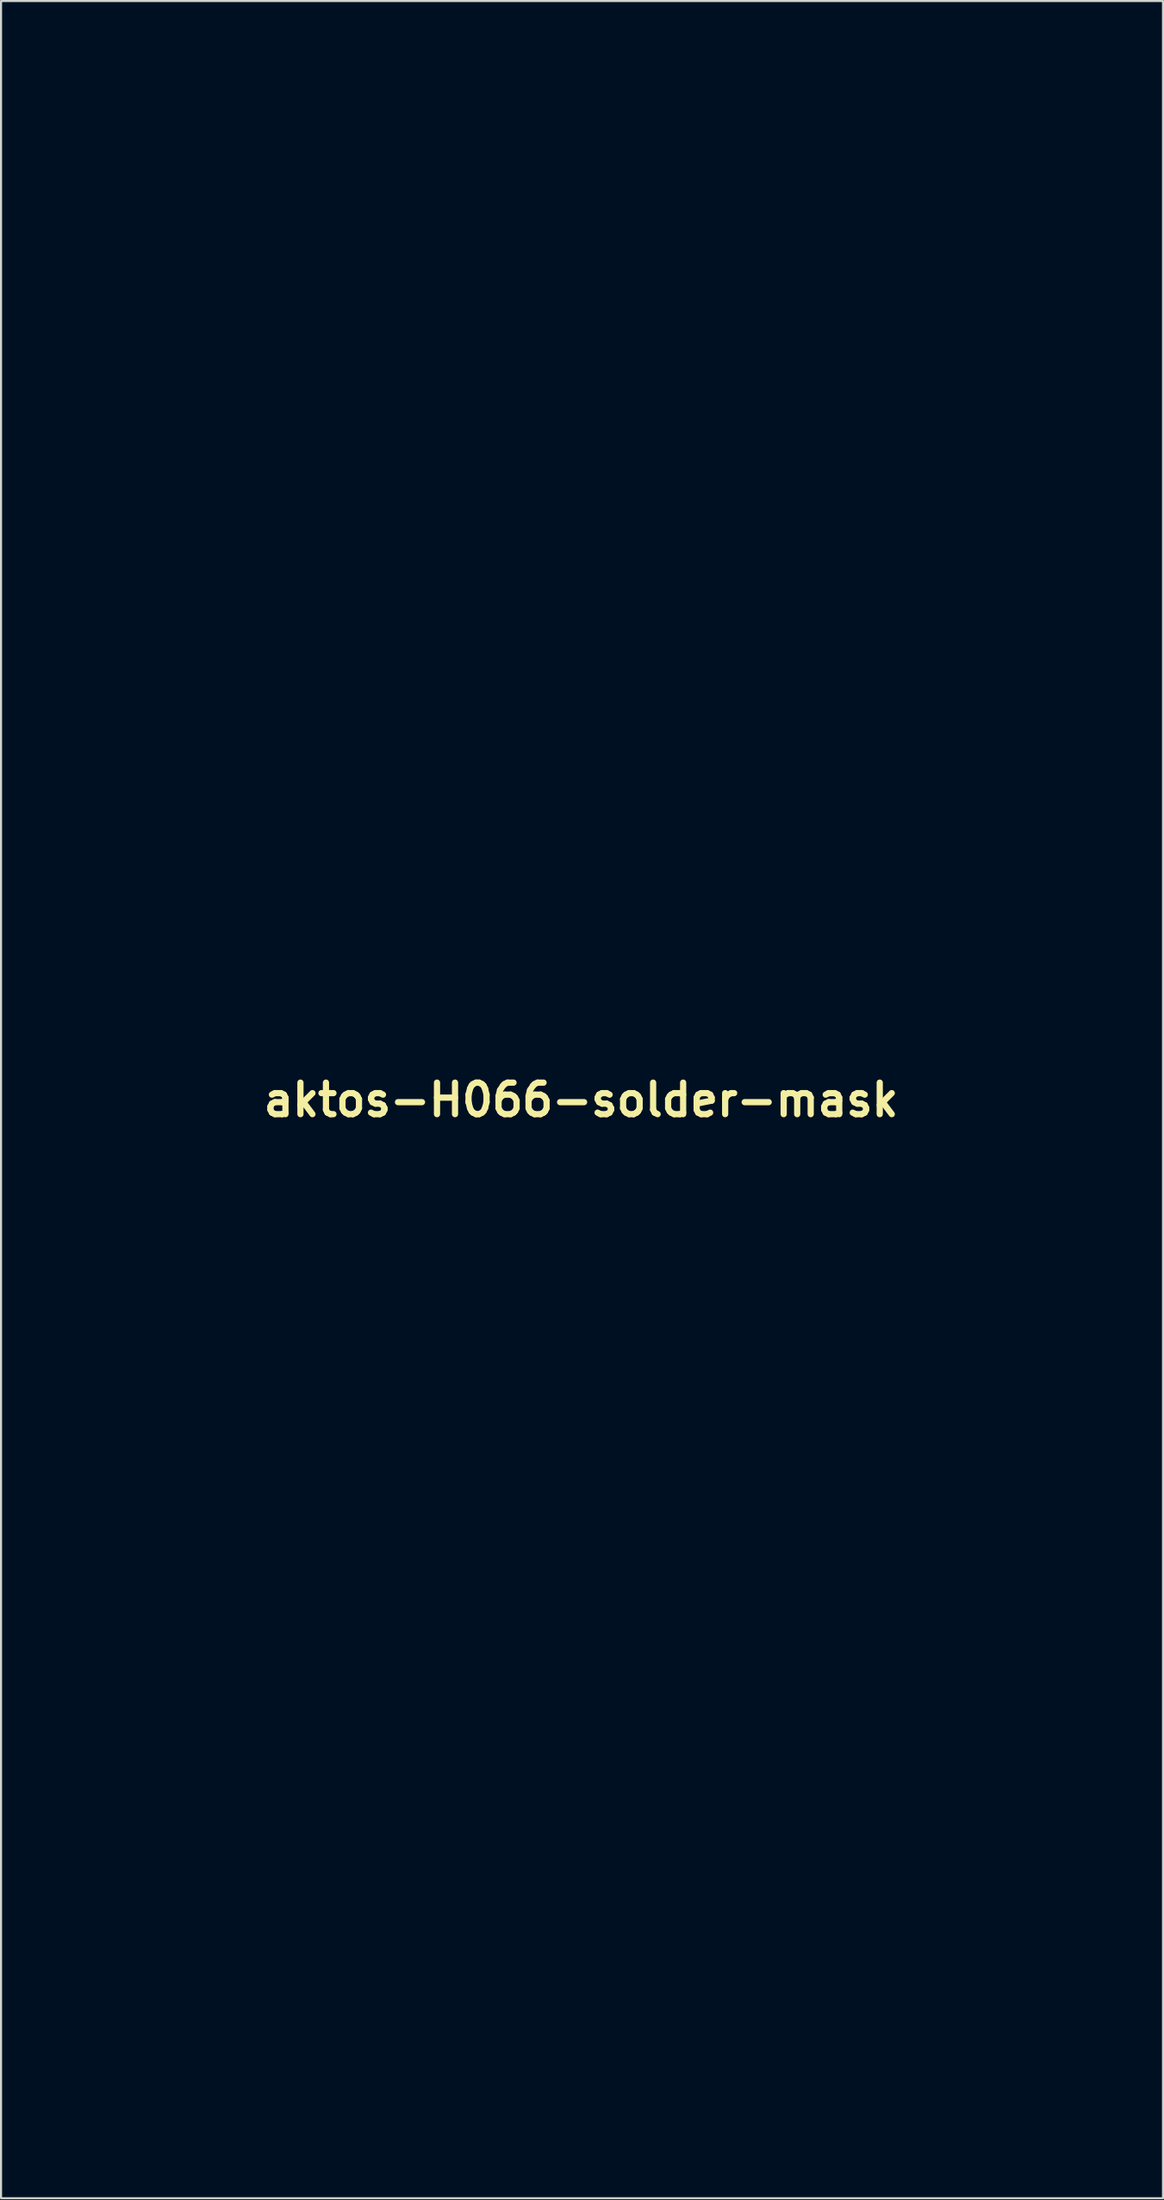
<source format=kicad_pcb>
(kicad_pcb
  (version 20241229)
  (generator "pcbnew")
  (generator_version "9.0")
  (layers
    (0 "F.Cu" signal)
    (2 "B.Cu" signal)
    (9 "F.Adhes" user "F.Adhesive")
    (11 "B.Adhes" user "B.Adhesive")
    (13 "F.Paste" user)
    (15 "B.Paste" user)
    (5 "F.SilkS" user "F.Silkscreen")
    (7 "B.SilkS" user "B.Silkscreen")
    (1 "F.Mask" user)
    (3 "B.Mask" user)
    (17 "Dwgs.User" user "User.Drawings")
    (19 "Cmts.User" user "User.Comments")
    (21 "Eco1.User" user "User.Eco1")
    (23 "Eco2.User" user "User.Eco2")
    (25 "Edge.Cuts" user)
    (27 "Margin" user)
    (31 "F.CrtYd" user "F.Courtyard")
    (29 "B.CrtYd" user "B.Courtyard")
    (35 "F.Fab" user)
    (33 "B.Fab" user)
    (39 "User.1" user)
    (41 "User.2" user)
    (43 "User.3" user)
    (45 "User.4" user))
  (footprint "aktos-H066-solder-mask"
    (layer "F.Cu")
    (at 25.049 50.127)
    (property "Reference" "aktos-H066-solder-mask" (at 0 0 0) (layer "F.SilkS") (effects (font (size 1.524 1.524) (thickness 0.3))))
    (attr through_hole)
    (fp_poly (pts (xy -12.954 19.431) (xy -12.996 19.473) (xy -13.039 19.431) (xy -12.996 19.389) (xy -12.954 19.431)) (stroke (width 0.01) (type solid)) (fill yes) (layer "F.Mask"))
    (fp_poly (pts (xy 6.604 48.556) (xy 6.562 48.599) (xy 6.519 48.556) (xy 6.562 48.514) (xy 6.604 48.556)) (stroke (width 0.01) (type solid)) (fill yes) (layer "F.Mask"))
    (fp_poly (pts (xy 12.023 20.616) (xy 11.98 20.659) (xy 11.938 20.616) (xy 11.98 20.574) (xy 12.023 20.616)) (stroke (width 0.01) (type solid)) (fill yes) (layer "F.Mask"))
    (fp_poly (pts (xy 13.208 20.616) (xy 13.166 20.659) (xy 13.123 20.616) (xy 13.166 20.574) (xy 13.208 20.616)) (stroke (width 0.01) (type solid)) (fill yes) (layer "F.Mask"))
    (fp_poly (pts (xy 11.248 21.37) (xy 11.338 21.455) (xy 11.32 21.505) (xy 11.308 21.505) (xy 11.236 21.445) (xy 11.21 21.408) (xy 11.2 21.35) (xy 11.248 21.37)) (stroke (width 0.01) (type solid)) (fill yes) (layer "F.Mask"))
    (fp_poly (pts (xy 12.687 44.23) (xy 12.777 44.309) (xy 12.785 44.328) (xy 12.744 44.363) (xy 12.661 44.285) (xy 12.65 44.268) (xy 12.64 44.21) (xy 12.687 44.23)) (stroke (width 0.01) (type solid)) (fill yes) (layer "F.Mask"))
    (fp_poly (pts (xy -13.079 20.516) (xy -13.018 20.563) (xy -12.9 20.668) (xy -12.869 20.711) (xy -12.911 20.737) (xy -13.023 20.628) (xy -13.049 20.595) (xy -13.123 20.495) (xy -13.079 20.516)) (stroke (width 0.01) (type solid)) (fill yes) (layer "F.Mask"))
    (fp_poly (pts (xy -12.473 44.251) (xy -12.488 44.281) (xy -12.568 44.362) (xy -12.583 44.365) (xy -12.589 44.311) (xy -12.573 44.281) (xy -12.493 44.2) (xy -12.478 44.196) (xy -12.473 44.251)) (stroke (width 0.01) (type solid)) (fill yes) (layer "F.Mask"))
    (fp_poly (pts (xy -10.308 45.631) (xy -10.128 45.801) (xy -10.013 45.919) (xy -9.991 45.948) (xy -10.014 45.969) (xy -10.098 45.904) (xy -10.264 45.732) (xy -10.334 45.657) (xy -10.626 45.339) (xy -10.308 45.631)) (stroke (width 0.01) (type solid)) (fill yes) (layer "F.Mask"))
    (fp_poly (pts (xy 19.162 -50.117) (xy 19.488 -50.108) (xy 20.116 -50.069) (xy 20.612 -49.992) (xy 21.013 -49.864) (xy 21.354 -49.675) (xy 21.663 -49.42) (xy 21.848 -49.237) (xy 22.004 -49.06) (xy 22.135 -48.872) (xy 22.248 -48.652) (xy 22.348 -48.382) (xy 22.443 -48.042) (xy 22.537 -47.613) (xy 22.638 -47.077) (xy 22.75 -46.413) (xy 22.881 -45.603) (xy 22.897 -45.502) (xy 23.681 -40.026) (xy 24.297 -34.553) (xy 24.745 -29.077) (xy 25.024 -23.597) (xy 25.135 -18.106) (xy 25.078 -12.603) (xy 24.852 -7.083) (xy 24.546 -2.582) (xy 24.036 2.736) (xy 23.361 8.064) (xy 22.524 13.387) (xy 21.527 18.694) (xy 20.373 23.971) (xy 19.065 29.205) (xy 17.606 34.383) (xy 15.998 39.493) (xy 15.264 41.656) (xy 14.914 42.66) (xy 14.608 43.52) (xy 14.337 44.252) (xy 14.094 44.872) (xy 13.87 45.397) (xy 13.657 45.844) (xy 13.447 46.229) (xy 13.232 46.569) (xy 13.003 46.88) (xy 12.752 47.179) (xy 12.471 47.482) (xy 12.28 47.678) (xy 11.47 48.409) (xy 10.614 49.001) (xy 9.677 49.476) (xy 8.627 49.851) (xy 8.479 49.894) (xy 8.364 49.926) (xy 8.251 49.953) (xy 8.128 49.978) (xy 7.983 49.999) (xy 7.805 50.017) (xy 7.584 50.032) (xy 7.308 50.044) (xy 6.965 50.055) (xy 6.544 50.064) (xy 6.035 50.071) (xy 5.425 50.076) (xy 4.704 50.081) (xy 3.86 50.084) (xy 2.881 50.088) (xy 1.758 50.09) (xy 0.478 50.093) (xy 0.296 50.094) (xy -1.06 50.096) (xy -2.257 50.098) (xy -3.306 50.097) (xy -4.216 50.096) (xy -4.999 50.092) (xy -5.664 50.087) (xy -6.223 50.08) (xy -6.685 50.07) (xy -7.06 50.059) (xy -7.36 50.045) (xy -7.594 50.028) (xy -7.773 50.009) (xy -7.883 49.992) (xy -8.46 49.843) (xy -6.89 49.843) (xy -6.773 49.855) (xy -6.667 49.843) (xy 6.742 49.843) (xy 6.858 49.855) (xy 6.978 49.842) (xy 6.964 49.813) (xy 6.79 49.801) (xy 6.752 49.813) (xy 6.742 49.843) (xy -6.667 49.843) (xy -6.653 49.842) (xy -6.666 49.815) (xy -3.945 49.815) (xy -3.88 49.818) (xy -3.668 49.821) (xy -3.315 49.823) (xy -2.826 49.825) (xy -2.207 49.827) (xy -1.464 49.828) (xy -0.602 49.828) (xy 0.042 49.828) (xy 0.98 49.828) (xy 1.802 49.827) (xy 2.502 49.826) (xy 3.075 49.824) (xy 3.515 49.822) (xy 3.817 49.82) (xy 3.976 49.817) (xy 3.985 49.814) (xy 3.84 49.811) (xy 3.535 49.808) (xy 3.232 49.805) (xy 2.317 49.8) (xy 1.289 49.797) (xy 0.201 49.796) (xy -0.894 49.796) (xy -1.943 49.799) (xy -2.895 49.803) (xy -3.202 49.805) (xy -3.612 49.809) (xy -3.858 49.812) (xy -3.945 49.815) (xy -6.666 49.815) (xy -6.668 49.813) (xy -6.841 49.801) (xy -6.879 49.813) (xy -6.89 49.843) (xy -8.46 49.843) (xy -8.854 49.742) (xy -7.705 49.742) (xy -7.662 49.784) (xy -7.62 49.742) (xy -7.634 49.728) (xy 7.648 49.728) (xy 7.66 49.778) (xy 7.705 49.784) (xy 7.774 49.753) (xy 7.761 49.728) (xy 7.661 49.717) (xy 7.648 49.728) (xy -7.634 49.728) (xy -7.662 49.699) (xy -7.705 49.742) (xy -8.854 49.742) (xy -9.009 49.702) (xy -9.116 49.657) (xy -8.213 49.657) (xy -8.17 49.699) (xy -8.128 49.657) (xy 8.128 49.657) (xy 8.17 49.699) (xy 8.213 49.657) (xy 8.17 49.615) (xy 8.128 49.657) (xy -8.128 49.657) (xy -8.17 49.615) (xy -8.213 49.657) (xy -9.116 49.657) (xy -9.319 49.572) (xy -8.551 49.572) (xy -8.509 49.615) (xy -8.467 49.572) (xy -8.509 49.53) (xy -8.551 49.572) (xy -9.319 49.572) (xy -9.521 49.488) (xy -8.805 49.488) (xy -8.763 49.53) (xy -8.721 49.488) (xy -8.763 49.445) (xy -8.805 49.488) (xy -9.521 49.488) (xy -9.724 49.403) (xy -9.059 49.403) (xy -9.017 49.445) (xy -8.975 49.403) (xy -9.017 49.361) (xy -9.059 49.403) (xy -9.724 49.403) (xy -9.926 49.318) (xy -9.313 49.318) (xy -9.271 49.361) (xy -9.229 49.318) (xy -9.271 49.276) (xy -9.313 49.318) (xy -9.926 49.318) (xy -10.073 49.257) (xy -10.253 49.149) (xy -9.737 49.149) (xy -9.694 49.191) (xy -9.652 49.149) (xy -9.694 49.107) (xy -9.737 49.149) (xy -10.253 49.149) (xy -10.395 49.064) (xy -9.906 49.064) (xy -9.864 49.107) (xy -9.821 49.064) (xy -9.864 49.022) (xy -9.906 49.064) (xy -10.395 49.064) (xy -10.536 48.98) (xy -10.075 48.98) (xy -10.033 49.022) (xy -9.991 48.98) (xy -10.033 48.937) (xy -10.075 48.98) (xy -10.536 48.98) (xy -10.678 48.895) (xy -10.245 48.895) (xy -10.202 48.937) (xy -10.16 48.895) (xy -10.202 48.853) (xy -10.245 48.895) (xy -10.678 48.895) (xy -10.819 48.81) (xy -10.414 48.81) (xy -10.372 48.853) (xy -10.329 48.81) (xy -10.372 48.768) (xy -10.414 48.81) (xy -10.819 48.81) (xy -11.06 48.666) (xy -11.091 48.641) (xy -10.668 48.641) (xy -10.626 48.683) (xy -10.583 48.641) (xy -10.626 48.599) (xy -10.668 48.641) (xy -11.091 48.641) (xy -11.298 48.472) (xy -10.922 48.472) (xy -10.88 48.514) (xy -10.837 48.472) (xy -10.88 48.429) (xy -10.922 48.472) (xy -11.298 48.472) (xy -11.632 48.2) (xy -11.247 48.2) (xy -11.226 48.247) (xy -11.141 48.338) (xy -11.092 48.319) (xy -11.091 48.307) (xy -11.151 48.236) (xy -11.189 48.21) (xy -11.247 48.2) (xy -11.632 48.2) (xy -11.955 47.936) (xy -12.001 47.892) (xy -12.057 47.837) (xy -11.678 47.837) (xy -11.657 47.881) (xy -11.61 47.943) (xy -11.487 48.074) (xy -11.431 48.074) (xy -11.43 48.059) (xy -11.488 47.988) (xy -11.578 47.911) (xy -11.678 47.837) (xy -12.057 47.837) (xy -12.374 47.524) (xy -12.699 47.175) (xy -12.85 46.991) (xy -12.525 46.991) (xy -12.504 47.034) (xy -12.457 47.096) (xy -12.333 47.227) (xy -12.278 47.227) (xy -12.277 47.212) (xy -12.335 47.141) (xy -12.425 47.064) (xy -12.525 46.991) (xy -12.85 46.991) (xy -12.985 46.826) (xy -13.151 46.591) (xy -12.856 46.591) (xy -12.835 46.638) (xy -12.75 46.729) (xy -12.701 46.711) (xy -12.7 46.699) (xy -12.76 46.627) (xy -12.798 46.601) (xy -12.856 46.591) (xy -13.151 46.591) (xy -13.245 46.457) (xy -13.317 46.337) (xy -13.025 46.337) (xy -13.004 46.384) (xy -12.919 46.475) (xy -12.87 46.456) (xy -12.869 46.445) (xy -12.929 46.373) (xy -12.967 46.347) (xy -13.025 46.337) (xy -13.317 46.337) (xy -13.457 46.101) (xy -13.208 46.101) (xy -13.166 46.143) (xy -13.123 46.101) (xy -13.166 46.059) (xy -13.208 46.101) (xy -13.457 46.101) (xy -13.488 46.048) (xy -13.548 45.932) (xy -13.293 45.932) (xy -13.25 45.974) (xy -13.208 45.932) (xy -13.25 45.889) (xy -13.293 45.932) (xy -13.548 45.932) (xy -13.634 45.762) (xy -13.377 45.762) (xy -13.335 45.805) (xy -13.293 45.762) (xy -13.335 45.72) (xy -13.377 45.762) (xy -13.634 45.762) (xy -13.726 45.579) (xy -13.946 45.085) (xy -13.716 45.085) (xy -13.674 45.127) (xy -13.631 45.085) (xy -13.674 45.043) (xy -13.716 45.085) (xy -13.946 45.085) (xy -13.97 45.031) (xy -14.219 44.408) (xy -13.97 44.408) (xy -13.928 44.45) (xy -13.885 44.408) (xy -13.928 44.365) (xy -13.97 44.408) (xy -14.219 44.408) (xy -14.23 44.382) (xy -14.378 43.984) (xy -14.139 43.984) (xy -14.097 44.027) (xy -14.055 43.984) (xy -14.097 43.942) (xy -14.139 43.984) (xy -14.378 43.984) (xy -14.473 43.73) (xy -14.224 43.73) (xy -14.182 43.773) (xy -14.139 43.73) (xy -14.182 43.688) (xy -14.224 43.73) (xy -14.473 43.73) (xy -14.516 43.614) (xy -14.566 43.476) (xy -14.309 43.476) (xy -14.266 43.519) (xy -14.224 43.476) (xy -14.266 43.434) (xy -14.309 43.476) (xy -14.566 43.476) (xy -14.808 42.799) (xy -14.563 42.799) (xy -14.52 42.841) (xy -14.478 42.799) (xy -14.52 42.757) (xy -14.563 42.799) (xy -14.808 42.799) (xy -14.841 42.706) (xy -14.883 42.587) (xy -14.897 42.545) (xy -14.647 42.545) (xy -14.605 42.587) (xy -14.563 42.545) (xy -14.605 42.503) (xy -14.647 42.545) (xy -14.897 42.545) (xy -15.067 42.037) (xy -14.817 42.037) (xy -14.774 42.079) (xy -14.732 42.037) (xy -14.774 41.995) (xy -14.817 42.037) (xy -15.067 42.037) (xy -15.464 40.852) (xy -15.24 40.852) (xy -15.198 40.894) (xy -15.155 40.852) (xy -15.198 40.809) (xy -15.24 40.852) (xy -15.464 40.852) (xy -15.549 40.598) (xy -15.325 40.598) (xy -15.282 40.64) (xy -15.24 40.598) (xy -15.282 40.555) (xy -15.325 40.598) (xy -15.549 40.598) (xy -15.634 40.344) (xy -15.409 40.344) (xy -15.367 40.386) (xy -15.325 40.344) (xy -15.367 40.301) (xy -15.409 40.344) (xy -15.634 40.344) (xy -15.719 40.09) (xy -15.494 40.09) (xy -15.452 40.132) (xy -15.409 40.09) (xy -15.452 40.047) (xy -15.494 40.09) (xy -15.719 40.09) (xy -15.805 39.836) (xy -15.579 39.836) (xy -15.536 39.878) (xy -15.494 39.836) (xy -15.536 39.793) (xy -15.579 39.836) (xy -15.805 39.836) (xy -15.89 39.582) (xy -15.663 39.582) (xy -15.621 39.624) (xy -15.579 39.582) (xy -15.621 39.539) (xy -15.663 39.582) (xy -15.89 39.582) (xy -15.975 39.328) (xy -15.748 39.328) (xy -15.706 39.37) (xy -15.663 39.328) (xy -15.706 39.285) (xy -15.748 39.328) (xy -15.975 39.328) (xy -16.06 39.074) (xy -15.833 39.074) (xy -15.79 39.116) (xy -15.748 39.074) (xy -15.79 39.031) (xy -15.833 39.074) (xy -16.06 39.074) (xy -16.145 38.82) (xy -15.917 38.82) (xy -15.875 38.862) (xy -15.833 38.82) (xy -15.875 38.777) (xy -15.917 38.82) (xy -16.145 38.82) (xy -16.23 38.566) (xy -16.002 38.566) (xy -15.96 38.608) (xy -15.917 38.566) (xy -15.96 38.523) (xy -16.002 38.566) (xy -16.23 38.566) (xy -16.632 37.366) (xy -16.755 36.957) (xy -16.51 36.957) (xy -16.468 36.999) (xy -16.425 36.957) (xy -16.468 36.915) (xy -16.51 36.957) (xy -16.755 36.957) (xy -16.832 36.703) (xy -16.595 36.703) (xy -16.552 36.745) (xy -16.51 36.703) (xy -16.552 36.661) (xy -16.595 36.703) (xy -16.832 36.703) (xy -17.164 35.602) (xy -16.933 35.602) (xy -16.891 35.645) (xy -16.849 35.602) (xy -16.891 35.56) (xy -16.933 35.602) (xy -17.164 35.602) (xy -17.419 34.756) (xy -17.187 34.756) (xy -17.145 34.798) (xy -17.103 34.756) (xy -17.145 34.713) (xy -17.187 34.756) (xy -17.419 34.756) (xy -17.496 34.502) (xy -17.272 34.502) (xy -17.23 34.544) (xy -17.187 34.502) (xy -17.23 34.459) (xy -17.272 34.502) (xy -17.496 34.502) (xy -17.674 33.909) (xy -17.441 33.909) (xy -17.399 33.951) (xy -17.357 33.909) (xy -17.399 33.867) (xy -17.441 33.909) (xy -17.674 33.909) (xy -17.751 33.655) (xy -17.526 33.655) (xy -17.484 33.697) (xy -17.441 33.655) (xy -17.484 33.613) (xy -17.526 33.655) (xy -17.751 33.655) (xy -17.929 33.062) (xy -17.695 33.062) (xy -17.653 33.105) (xy -17.611 33.062) (xy -17.653 33.02) (xy -17.695 33.062) (xy -17.929 33.062) (xy -18.108 32.47) (xy -17.865 32.47) (xy -17.822 32.512) (xy -17.78 32.47) (xy -17.822 32.427) (xy -17.865 32.47) (xy -18.108 32.47) (xy -18.216 32.112) (xy -18.279 31.877) (xy -18.034 31.877) (xy -17.992 31.919) (xy -17.949 31.877) (xy -17.992 31.835) (xy -18.034 31.877) (xy -18.279 31.877) (xy -18.438 31.284) (xy -18.203 31.284) (xy -18.161 31.327) (xy -18.119 31.284) (xy -18.161 31.242) (xy -18.203 31.284) (xy -18.438 31.284) (xy -18.529 30.946) (xy -18.288 30.946) (xy -18.246 30.988) (xy -18.203 30.946) (xy -18.246 30.903) (xy -18.288 30.946) (xy -18.529 30.946) (xy -18.688 30.353) (xy -18.457 30.353) (xy -18.415 30.395) (xy -18.373 30.353) (xy -18.415 30.311) (xy -18.457 30.353) (xy -18.688 30.353) (xy -18.779 30.014) (xy -18.542 30.014) (xy -18.5 30.057) (xy -18.457 30.014) (xy -18.5 29.972) (xy -18.542 30.014) (xy -18.779 30.014) (xy -18.938 29.422) (xy -18.711 29.422) (xy -18.669 29.464) (xy -18.627 29.422) (xy -18.669 29.379) (xy -18.711 29.422) (xy -18.938 29.422) (xy -19.029 29.083) (xy -18.796 29.083) (xy -18.754 29.125) (xy -18.711 29.083) (xy -18.754 29.041) (xy -18.796 29.083) (xy -19.029 29.083) (xy -19.279 28.152) (xy -19.05 28.152) (xy -19.008 28.194) (xy -18.965 28.152) (xy -19.008 28.109) (xy -19.05 28.152) (xy -19.279 28.152) (xy -19.37 27.813) (xy -19.135 27.813) (xy -19.092 27.855) (xy -19.05 27.813) (xy -19.092 27.771) (xy -19.135 27.813) (xy -19.37 27.813) (xy -19.461 27.474) (xy -19.219 27.474) (xy -19.177 27.517) (xy -19.135 27.474) (xy -19.177 27.432) (xy -19.219 27.474) (xy -19.461 27.474) (xy -19.552 27.136) (xy -19.304 27.136) (xy -19.262 27.178) (xy -19.219 27.136) (xy -19.262 27.093) (xy -19.304 27.136) (xy -19.552 27.136) (xy -19.636 26.824) (xy -19.642 26.797) (xy -19.389 26.797) (xy -19.346 26.839) (xy -19.304 26.797) (xy -19.346 26.755) (xy -19.389 26.797) (xy -19.642 26.797) (xy -19.722 26.458) (xy -19.473 26.458) (xy -19.431 26.501) (xy -19.389 26.458) (xy -19.431 26.416) (xy -19.473 26.458) (xy -19.722 26.458) (xy -19.801 26.12) (xy -19.558 26.12) (xy -19.516 26.162) (xy -19.473 26.12) (xy -19.516 26.077) (xy -19.558 26.12) (xy -19.801 26.12) (xy -19.881 25.781) (xy -19.643 25.781) (xy -19.6 25.823) (xy -19.558 25.781) (xy -19.6 25.739) (xy -19.643 25.781) (xy -19.881 25.781) (xy -19.961 25.442) (xy -19.727 25.442) (xy -19.685 25.485) (xy -19.643 25.442) (xy -19.685 25.4) (xy -19.727 25.442) (xy -19.961 25.442) (xy -20.041 25.104) (xy -19.812 25.104) (xy -19.77 25.146) (xy -19.727 25.104) (xy -19.77 25.061) (xy -19.812 25.104) (xy -20.041 25.104) (xy -20.121 24.765) (xy -19.897 24.765) (xy -19.854 24.807) (xy -19.812 24.765) (xy -19.854 24.723) (xy -19.897 24.765) (xy -20.121 24.765) (xy -20.221 24.342) (xy -19.981 24.342) (xy -19.939 24.384) (xy -19.897 24.342) (xy -19.939 24.299) (xy -19.981 24.342) (xy -20.221 24.342) (xy -20.3 24.003) (xy -20.066 24.003) (xy -20.024 24.045) (xy -19.981 24.003) (xy -20.024 23.961) (xy -20.066 24.003) (xy -20.3 24.003) (xy -20.38 23.664) (xy -20.151 23.664) (xy -20.108 23.707) (xy -20.066 23.664) (xy -20.108 23.622) (xy -20.151 23.664) (xy -20.38 23.664) (xy -20.47 23.283) (xy -20.235 23.283) (xy -20.204 23.353) (xy -20.179 23.34) (xy -20.169 23.239) (xy -20.179 23.227) (xy -20.229 23.239) (xy -20.235 23.283) (xy -20.47 23.283) (xy -20.56 22.902) (xy -20.32 22.902) (xy -20.278 22.945) (xy -20.235 22.902) (xy -20.278 22.86) (xy -20.32 22.902) (xy -20.56 22.902) (xy -20.64 22.564) (xy -20.405 22.564) (xy -20.362 22.606) (xy -20.32 22.564) (xy -20.362 22.521) (xy -20.405 22.564) (xy -20.64 22.564) (xy -20.739 22.14) (xy -20.489 22.14) (xy -20.447 22.183) (xy -20.405 22.14) (xy -20.447 22.098) (xy -20.489 22.14) (xy -20.739 22.14) (xy -20.819 21.802) (xy -20.574 21.802) (xy -20.532 21.844) (xy -20.489 21.802) (xy -20.532 21.759) (xy -20.574 21.802) (xy -20.819 21.802) (xy -20.891 21.499) (xy -20.915 21.378) (xy -20.659 21.378) (xy -20.616 21.421) (xy -20.574 21.378) (xy -20.616 21.336) (xy -20.659 21.378) (xy -20.915 21.378) (xy -20.993 20.997) (xy -20.743 20.997) (xy -20.712 21.067) (xy -20.687 21.054) (xy -20.677 20.953) (xy -20.687 20.941) (xy -20.737 20.953) (xy -20.743 20.997) (xy -20.993 20.997) (xy -21.07 20.616) (xy -20.828 20.616) (xy -20.786 20.659) (xy -20.743 20.616) (xy -20.786 20.574) (xy -20.828 20.616) (xy -21.07 20.616) (xy -21.148 20.235) (xy -20.913 20.235) (xy -20.882 20.305) (xy -20.856 20.292) (xy -20.846 20.191) (xy -20.856 20.179) (xy -20.907 20.191) (xy -20.913 20.235) (xy -21.148 20.235) (xy -21.234 19.812) (xy -20.997 19.812) (xy -20.966 19.882) (xy -20.941 19.868) (xy -20.931 19.768) (xy -20.941 19.756) (xy -20.991 19.767) (xy -20.997 19.812) (xy -21.234 19.812) (xy -21.32 19.389) (xy -21.082 19.389) (xy -21.051 19.458) (xy -21.026 19.445) (xy -21.015 19.345) (xy -21.026 19.332) (xy -21.076 19.344) (xy -21.082 19.389) (xy -21.32 19.389) (xy -21.398 19.008) (xy -21.167 19.008) (xy -21.124 19.05) (xy -21.082 19.008) (xy -21.124 18.965) (xy -21.167 19.008) (xy -21.398 19.008) (xy -21.484 18.584) (xy -21.251 18.584) (xy -21.209 18.627) (xy -21.167 18.584) (xy -21.209 18.542) (xy -21.251 18.584) (xy -21.484 18.584) (xy -21.57 18.161) (xy -21.336 18.161) (xy -21.294 18.203) (xy -21.251 18.161) (xy -21.294 18.119) (xy -21.336 18.161) (xy -21.57 18.161) (xy -21.665 17.695) (xy -21.421 17.695) (xy -21.39 17.765) (xy -21.364 17.752) (xy -21.354 17.651) (xy -21.364 17.639) (xy -21.415 17.651) (xy -21.421 17.695) (xy -21.665 17.695) (xy -21.751 17.272) (xy -21.505 17.272) (xy -21.474 17.342) (xy -21.449 17.328) (xy -21.439 17.228) (xy -21.449 17.216) (xy -21.499 17.227) (xy -21.505 17.272) (xy -21.751 17.272) (xy -21.837 16.849) (xy -21.59 16.849) (xy -21.559 16.918) (xy -21.534 16.905) (xy -21.523 16.805) (xy -21.534 16.792) (xy -21.584 16.804) (xy -21.59 16.849) (xy -21.837 16.849) (xy -21.923 16.425) (xy -21.675 16.425) (xy -21.644 16.495) (xy -21.618 16.482) (xy -21.608 16.381) (xy -21.618 16.369) (xy -21.669 16.381) (xy -21.675 16.425) (xy -21.923 16.425) (xy -21.982 16.136) (xy -22.013 15.953) (xy -21.753 15.953) (xy -21.737 16.062) (xy -21.708 16.064) (xy -21.688 15.95) (xy -21.701 15.901) (xy -21.739 15.869) (xy -21.753 15.953) (xy -22.013 15.953) (xy -22.092 15.494) (xy -21.844 15.494) (xy -21.813 15.564) (xy -21.788 15.55) (xy -21.777 15.45) (xy -21.788 15.438) (xy -21.838 15.449) (xy -21.844 15.494) (xy -22.092 15.494) (xy -22.173 15.021) (xy -21.922 15.021) (xy -21.906 15.131) (xy -21.878 15.132) (xy -21.857 15.019) (xy -21.871 14.97) (xy -21.908 14.938) (xy -21.922 15.021) (xy -22.173 15.021) (xy -22.252 14.563) (xy -22.013 14.563) (xy -21.982 14.632) (xy -21.957 14.619) (xy -21.947 14.519) (xy -21.957 14.506) (xy -22.007 14.518) (xy -22.013 14.563) (xy -22.252 14.563) (xy -22.333 14.09) (xy -22.091 14.09) (xy -22.076 14.2) (xy -22.047 14.201) (xy -22.027 14.088) (xy -22.04 14.039) (xy -22.078 14.007) (xy -22.091 14.09) (xy -22.333 14.09) (xy -22.42 13.582) (xy -22.176 13.582) (xy -22.16 13.692) (xy -22.132 13.693) (xy -22.111 13.58) (xy -22.125 13.531) (xy -22.162 13.499) (xy -22.176 13.582) (xy -22.42 13.582) (xy -22.508 13.074) (xy -22.261 13.074) (xy -22.245 13.184) (xy -22.216 13.185) (xy -22.196 13.072) (xy -22.209 13.023) (xy -22.247 12.991) (xy -22.261 13.074) (xy -22.508 13.074) (xy -22.595 12.566) (xy -22.345 12.566) (xy -22.33 12.676) (xy -22.301 12.677) (xy -22.281 12.564) (xy -22.294 12.515) (xy -22.332 12.483) (xy -22.345 12.566) (xy -22.595 12.566) (xy -22.682 12.058) (xy -22.43 12.058) (xy -22.414 12.168) (xy -22.386 12.169) (xy -22.365 12.056) (xy -22.379 12.007) (xy -22.416 11.975) (xy -22.43 12.058) (xy -22.682 12.058) (xy -22.769 11.55) (xy -22.515 11.55) (xy -22.499 11.66) (xy -22.47 11.661) (xy -22.45 11.548) (xy -22.463 11.499) (xy -22.501 11.467) (xy -22.515 11.55) (xy -22.769 11.55) (xy -22.862 11.007) (xy -22.593 11.007) (xy -22.579 11.127) (xy -22.55 11.113) (xy -22.539 10.939) (xy -22.55 10.901) (xy -22.581 10.89) (xy -22.593 11.007) (xy -22.862 11.007) (xy -22.909 10.733) (xy -22.942 10.499) (xy -22.677 10.499) (xy -22.664 10.619) (xy -22.635 10.604) (xy -22.623 10.431) (xy -22.635 10.393) (xy -22.665 10.382) (xy -22.677 10.499) (xy -22.942 10.499) (xy -23.026 9.906) (xy -22.762 9.906) (xy -22.749 10.026) (xy -22.719 10.012) (xy -22.708 9.838) (xy -22.719 9.8) (xy -22.75 9.79) (xy -22.762 9.906) (xy -23.026 9.906) (xy -23.097 9.398) (xy -22.847 9.398) (xy -22.833 9.518) (xy -22.804 9.504) (xy -22.793 9.33) (xy -22.804 9.292) (xy -22.835 9.282) (xy -22.847 9.398) (xy -23.097 9.398) (xy -23.18 8.805) (xy -22.931 8.805) (xy -22.918 8.926) (xy -22.889 8.911) (xy -22.877 8.738) (xy -22.889 8.7) (xy -22.919 8.689) (xy -22.931 8.805) (xy -23.18 8.805) (xy -23.269 8.17) (xy -23.013 8.17) (xy -23.004 8.315) (xy -22.977 8.328) (xy -22.974 8.32) (xy -22.957 8.152) (xy -22.971 8.066) (xy -22.998 8.032) (xy -23.012 8.144) (xy -23.013 8.17) (xy -23.269 8.17) (xy -23.352 7.578) (xy -23.097 7.578) (xy -23.088 7.722) (xy -23.062 7.735) (xy -23.058 7.727) (xy -23.042 7.559) (xy -23.055 7.473) (xy -23.082 7.439) (xy -23.097 7.551) (xy -23.097 7.578) (xy -23.352 7.578) (xy -23.436 6.985) (xy -23.182 6.985) (xy -23.173 7.13) (xy -23.147 7.142) (xy -23.143 7.135) (xy -23.126 6.967) (xy -23.14 6.881) (xy -23.167 6.846) (xy -23.182 6.959) (xy -23.182 6.985) (xy -23.436 6.985) (xy -23.531 6.308) (xy -23.267 6.308) (xy -23.258 6.452) (xy -23.231 6.465) (xy -23.228 6.457) (xy -23.211 6.289) (xy -23.225 6.203) (xy -23.252 6.169) (xy -23.266 6.281) (xy -23.267 6.308) (xy -23.531 6.308) (xy -23.62 5.673) (xy -23.348 5.673) (xy -23.34 5.827) (xy -23.318 5.845) (xy -23.31 5.821) (xy -23.296 5.606) (xy -23.31 5.524) (xy -23.334 5.498) (xy -23.348 5.615) (xy -23.348 5.673) (xy -23.62 5.673) (xy -23.674 5.288) (xy -23.706 4.995) (xy -23.433 4.995) (xy -23.424 5.149) (xy -23.402 5.168) (xy -23.394 5.144) (xy -23.381 4.929) (xy -23.394 4.847) (xy -23.419 4.821) (xy -23.432 4.938) (xy -23.433 4.995) (xy -23.706 4.995) (xy -23.785 4.276) (xy -23.516 4.276) (xy -23.509 4.45) (xy -23.49 4.495) (xy -23.479 4.467) (xy -23.463 4.264) (xy -23.477 4.128) (xy -23.5 4.082) (xy -23.514 4.183) (xy -23.516 4.276) (xy -23.785 4.276) (xy -23.868 3.514) (xy -23.601 3.514) (xy -23.594 3.688) (xy -23.575 3.733) (xy -23.564 3.705) (xy -23.548 3.502) (xy -23.562 3.366) (xy -23.584 3.32) (xy -23.598 3.421) (xy -23.601 3.514) (xy -23.868 3.514) (xy -23.947 2.794) (xy -23.684 2.794) (xy -23.677 2.977) (xy -23.66 3.027) (xy -23.647 2.985) (xy -23.633 2.738) (xy -23.647 2.603) (xy -23.668 2.563) (xy -23.681 2.67) (xy -23.684 2.794) (xy -23.947 2.794) (xy -24.031 2.032) (xy -23.768 2.032) (xy -23.762 2.215) (xy -23.745 2.265) (xy -23.732 2.223) (xy -23.718 1.976) (xy -23.732 1.841) (xy -23.753 1.801) (xy -23.766 1.908) (xy -23.768 2.032) (xy -24.031 2.032) (xy -24.123 1.185) (xy -23.853 1.185) (xy -23.846 1.368) (xy -23.829 1.419) (xy -23.816 1.376) (xy -23.802 1.129) (xy -23.816 0.995) (xy -23.837 0.955) (xy -23.85 1.061) (xy -23.853 1.185) (xy -24.123 1.185) (xy -24.216 0.339) (xy -23.935 0.339) (xy -23.93 0.548) (xy -23.916 0.626) (xy -23.9 0.572) (xy -23.886 0.298) (xy -23.9 0.106) (xy -23.918 0.053) (xy -23.931 0.149) (xy -23.935 0.339) (xy -24.216 0.339) (xy -24.275 -0.202) (xy -24.715 -5.738) (xy -24.985 -11.134) (xy -25.005 -11.822) (xy -25.021 -12.644) (xy -25.032 -13.578) (xy -25.04 -14.603) (xy -25.044 -15.697) (xy -25.044 -16.253) (xy -24.804 -16.253) (xy -24.698 -10.854) (xy -24.427 -5.482) (xy -24.338 -4.191) (xy -24.258 -3.121) (xy -24.188 -2.218) (xy -24.128 -1.484) (xy -24.077 -0.917) (xy -24.037 -0.518) (xy -24.006 -0.288) (xy -23.985 -0.226) (xy -23.983 -0.231) (xy -23.98 -0.339) (xy -23.99 -0.592) (xy -24.011 -0.968) (xy -24.041 -1.442) (xy -24.079 -1.992) (xy -24.122 -2.557) (xy -24.241 -4.16) (xy -24.341 -5.663) (xy -24.425 -7.099) (xy -24.493 -8.501) (xy -24.546 -9.901) (xy -24.586 -11.332) (xy -24.613 -12.827) (xy -24.63 -14.418) (xy -24.636 -16.139) (xy -24.636 -16.552) (xy -24.633 -18.068) (xy -24.629 -18.672) (xy -24.423 -18.672) (xy -24.404 -13.191) (xy -24.217 -7.711) (xy -23.861 -2.231) (xy -23.337 3.253) (xy -23.279 3.768) (xy -22.649 8.674) (xy -21.873 13.598) (xy -20.955 18.518) (xy -19.902 23.413) (xy -18.717 28.262) (xy -17.406 33.044) (xy -15.973 37.739) (xy -14.688 41.571) (xy -14.373 42.47) (xy -14.106 43.226) (xy -13.879 43.855) (xy -13.686 44.376) (xy -13.518 44.804) (xy -13.369 45.158) (xy -13.232 45.453) (xy -13.098 45.707) (xy -12.961 45.937) (xy -12.814 46.161) (xy -12.649 46.394) (xy -12.585 46.482) (xy -11.857 47.339) (xy -11.021 48.069) (xy -10.089 48.666) (xy -9.075 49.122) (xy -7.99 49.429) (xy -7.411 49.526) (xy -7.217 49.54) (xy -6.869 49.553) (xy -6.385 49.564) (xy -5.779 49.574) (xy -5.069 49.582) (xy -4.27 49.589) (xy -3.398 49.595) (xy -2.469 49.599) (xy -1.5 49.602) (xy -0.507 49.604) (xy 0.495 49.604) (xy 1.489 49.602) (xy 2.46 49.6) (xy 3.39 49.596) (xy 4.264 49.59) (xy 5.066 49.583) (xy 5.78 49.575) (xy 5.937 49.572) (xy 8.467 49.572) (xy 8.509 49.615) (xy 8.551 49.572) (xy 8.509 49.53) (xy 8.467 49.572) (xy 5.937 49.572) (xy 6.389 49.565) (xy 6.878 49.554) (xy 7.231 49.541) (xy 7.43 49.528) (xy 7.431 49.527) (xy 7.631 49.488) (xy 8.805 49.488) (xy 8.848 49.53) (xy 8.89 49.488) (xy 8.848 49.445) (xy 8.805 49.488) (xy 7.631 49.488) (xy 8.056 49.403) (xy 9.059 49.403) (xy 9.102 49.445) (xy 9.144 49.403) (xy 9.102 49.361) (xy 9.059 49.403) (xy 8.056 49.403) (xy 8.518 49.311) (xy 8.738 49.234) (xy 9.483 49.234) (xy 9.525 49.276) (xy 9.567 49.234) (xy 9.525 49.191) (xy 9.483 49.234) (xy 8.738 49.234) (xy 9.554 48.947) (xy 9.982 48.726) (xy 10.499 48.726) (xy 10.541 48.768) (xy 10.583 48.726) (xy 10.541 48.683) (xy 10.499 48.726) (xy 9.982 48.726) (xy 10.074 48.678) (xy 10.689 48.678) (xy 10.7 48.683) (xy 10.778 48.624) (xy 10.795 48.599) (xy 10.817 48.52) (xy 10.805 48.514) (xy 10.728 48.574) (xy 10.71 48.599) (xy 10.689 48.678) (xy 10.074 48.678) (xy 10.401 48.508) (xy 10.943 48.508) (xy 10.954 48.514) (xy 11.032 48.454) (xy 11.049 48.429) (xy 11.071 48.35) (xy 11.059 48.345) (xy 10.982 48.404) (xy 10.964 48.429) (xy 10.943 48.508) (xy 10.401 48.508) (xy 10.522 48.446) (xy 10.79 48.254) (xy 11.281 48.254) (xy 11.293 48.26) (xy 11.37 48.2) (xy 11.388 48.175) (xy 11.409 48.096) (xy 11.398 48.091) (xy 11.32 48.15) (xy 11.303 48.175) (xy 11.281 48.254) (xy 10.79 48.254) (xy 11.198 47.964) (xy 11.642 47.964) (xy 12.044 47.586) (xy 12.249 47.39) (xy 12.394 47.245) (xy 12.446 47.184) (xy 12.427 47.164) (xy 12.355 47.217) (xy 12.209 47.361) (xy 12.019 47.562) (xy 11.642 47.964) (xy 11.198 47.964) (xy 11.4 47.819) (xy 12.17 47.077) (xy 12.316 46.9) (xy 12.636 46.9) (xy 12.648 46.905) (xy 12.725 46.846) (xy 12.742 46.821) (xy 12.764 46.742) (xy 12.752 46.736) (xy 12.675 46.796) (xy 12.658 46.821) (xy 12.636 46.9) (xy 12.316 46.9) (xy 12.526 46.644) (xy 12.587 46.561) (xy 12.89 46.561) (xy 12.902 46.567) (xy 12.979 46.507) (xy 12.996 46.482) (xy 13.018 46.403) (xy 13.006 46.397) (xy 12.929 46.457) (xy 12.912 46.482) (xy 12.89 46.561) (xy 12.587 46.561) (xy 12.76 46.326) (xy 12.772 46.307) (xy 13.059 46.307) (xy 13.071 46.313) (xy 13.148 46.253) (xy 13.166 46.228) (xy 13.187 46.149) (xy 13.176 46.143) (xy 13.098 46.203) (xy 13.081 46.228) (xy 13.059 46.307) (xy 12.772 46.307) (xy 12.96 46.029) (xy 12.968 46.016) (xy 13.208 46.016) (xy 13.25 46.059) (xy 13.293 46.016) (xy 13.25 45.974) (xy 13.208 46.016) (xy 12.968 46.016) (xy 13.139 45.73) (xy 13.21 45.593) (xy 13.462 45.593) (xy 13.504 45.635) (xy 13.547 45.593) (xy 13.504 45.551) (xy 13.462 45.593) (xy 13.21 45.593) (xy 13.309 45.402) (xy 13.481 45.02) (xy 13.489 45) (xy 13.716 45) (xy 13.758 45.043) (xy 13.801 45) (xy 13.758 44.958) (xy 13.716 45) (xy 13.489 45) (xy 13.558 44.831) (xy 13.801 44.831) (xy 13.843 44.873) (xy 13.885 44.831) (xy 13.843 44.789) (xy 13.801 44.831) (xy 13.558 44.831) (xy 13.661 44.577) (xy 13.885 44.577) (xy 13.928 44.619) (xy 13.97 44.577) (xy 13.928 44.535) (xy 13.885 44.577) (xy 13.661 44.577) (xy 13.668 44.56) (xy 13.757 44.323) (xy 13.97 44.323) (xy 14.012 44.365) (xy 14.055 44.323) (xy 14.012 44.281) (xy 13.97 44.323) (xy 13.757 44.323) (xy 13.881 43.995) (xy 13.915 43.9) (xy 14.139 43.9) (xy 14.182 43.942) (xy 14.224 43.9) (xy 14.182 43.857) (xy 14.139 43.9) (xy 13.915 43.9) (xy 14.007 43.646) (xy 14.224 43.646) (xy 14.266 43.688) (xy 14.309 43.646) (xy 14.266 43.603) (xy 14.224 43.646) (xy 14.007 43.646) (xy 14.099 43.392) (xy 14.309 43.392) (xy 14.351 43.434) (xy 14.393 43.392) (xy 14.351 43.349) (xy 14.309 43.392) (xy 14.099 43.392) (xy 14.131 43.302) (xy 14.205 43.095) (xy 14.334 42.714) (xy 14.563 42.714) (xy 14.605 42.757) (xy 14.647 42.714) (xy 14.605 42.672) (xy 14.563 42.714) (xy 14.334 42.714) (xy 14.42 42.46) (xy 14.647 42.46) (xy 14.69 42.503) (xy 14.732 42.46) (xy 14.69 42.418) (xy 14.647 42.46) (xy 14.42 42.46) (xy 14.507 42.206) (xy 14.732 42.206) (xy 14.774 42.249) (xy 14.817 42.206) (xy 14.774 42.164) (xy 14.732 42.206) (xy 14.507 42.206) (xy 14.593 41.952) (xy 14.817 41.952) (xy 14.859 41.995) (xy 14.901 41.952) (xy 14.859 41.91) (xy 14.817 41.952) (xy 14.593 41.952) (xy 14.994 40.767) (xy 15.24 40.767) (xy 15.282 40.809) (xy 15.325 40.767) (xy 15.282 40.725) (xy 15.24 40.767) (xy 14.994 40.767) (xy 15.08 40.513) (xy 15.325 40.513) (xy 15.367 40.555) (xy 15.409 40.513) (xy 15.367 40.471) (xy 15.325 40.513) (xy 15.08 40.513) (xy 15.166 40.259) (xy 15.409 40.259) (xy 15.452 40.301) (xy 15.494 40.259) (xy 15.452 40.217) (xy 15.409 40.259) (xy 15.166 40.259) (xy 15.252 40.005) (xy 15.494 40.005) (xy 15.536 40.047) (xy 15.579 40.005) (xy 15.536 39.963) (xy 15.494 40.005) (xy 15.252 40.005) (xy 15.339 39.751) (xy 15.579 39.751) (xy 15.621 39.793) (xy 15.663 39.751) (xy 15.621 39.709) (xy 15.579 39.751) (xy 15.339 39.751) (xy 15.425 39.497) (xy 15.663 39.497) (xy 15.706 39.539) (xy 15.748 39.497) (xy 15.706 39.455) (xy 15.663 39.497) (xy 15.425 39.497) (xy 15.511 39.243) (xy 15.748 39.243) (xy 15.79 39.285) (xy 15.833 39.243) (xy 15.79 39.201) (xy 15.748 39.243) (xy 15.511 39.243) (xy 15.597 38.989) (xy 15.833 38.989) (xy 15.875 39.031) (xy 15.917 38.989) (xy 15.875 38.947) (xy 15.833 38.989) (xy 15.597 38.989) (xy 15.683 38.735) (xy 15.917 38.735) (xy 15.96 38.777) (xy 16.002 38.735) (xy 15.96 38.693) (xy 15.917 38.735) (xy 15.683 38.735) (xy 15.969 37.891) (xy 16.202 37.126) (xy 16.425 37.126) (xy 16.468 37.169) (xy 16.51 37.126) (xy 16.468 37.084) (xy 16.425 37.126) (xy 16.202 37.126) (xy 16.28 36.872) (xy 16.51 36.872) (xy 16.552 36.915) (xy 16.595 36.872) (xy 16.552 36.83) (xy 16.51 36.872) (xy 16.28 36.872) (xy 16.357 36.618) (xy 16.595 36.618) (xy 16.637 36.661) (xy 16.679 36.618) (xy 16.637 36.576) (xy 16.595 36.618) (xy 16.357 36.618) (xy 16.615 35.772) (xy 16.849 35.772) (xy 16.891 35.814) (xy 16.933 35.772) (xy 16.891 35.729) (xy 16.849 35.772) (xy 16.615 35.772) (xy 16.693 35.518) (xy 16.933 35.518) (xy 16.976 35.56) (xy 17.018 35.518) (xy 16.976 35.475) (xy 16.933 35.518) (xy 16.693 35.518) (xy 16.951 34.671) (xy 17.187 34.671) (xy 17.23 34.713) (xy 17.272 34.671) (xy 17.23 34.629) (xy 17.187 34.671) (xy 16.951 34.671) (xy 17.209 33.824) (xy 17.441 33.824) (xy 17.484 33.867) (xy 17.526 33.824) (xy 17.484 33.782) (xy 17.441 33.824) (xy 17.209 33.824) (xy 17.39 33.232) (xy 17.611 33.232) (xy 17.653 33.274) (xy 17.695 33.232) (xy 17.653 33.189) (xy 17.611 33.232) (xy 17.39 33.232) (xy 17.567 32.65) (xy 17.57 32.639) (xy 17.78 32.639) (xy 17.822 32.681) (xy 17.865 32.639) (xy 17.822 32.597) (xy 17.78 32.639) (xy 17.57 32.639) (xy 17.639 32.385) (xy 17.865 32.385) (xy 17.907 32.427) (xy 17.949 32.385) (xy 17.907 32.343) (xy 17.865 32.385) (xy 17.639 32.385) (xy 17.731 32.046) (xy 17.949 32.046) (xy 17.992 32.089) (xy 18.034 32.046) (xy 17.992 32.004) (xy 17.949 32.046) (xy 17.731 32.046) (xy 17.892 31.454) (xy 18.119 31.454) (xy 18.161 31.496) (xy 18.203 31.454) (xy 18.161 31.411) (xy 18.119 31.454) (xy 17.892 31.454) (xy 18.053 30.861) (xy 18.288 30.861) (xy 18.33 30.903) (xy 18.373 30.861) (xy 18.33 30.819) (xy 18.288 30.861) (xy 18.053 30.861) (xy 18.306 29.93) (xy 18.542 29.93) (xy 18.584 29.972) (xy 18.627 29.93) (xy 18.584 29.887) (xy 18.542 29.93) (xy 18.306 29.93) (xy 18.398 29.591) (xy 18.627 29.591) (xy 18.669 29.633) (xy 18.711 29.591) (xy 18.669 29.549) (xy 18.627 29.591) (xy 18.398 29.591) (xy 18.559 28.998) (xy 18.796 28.998) (xy 18.838 29.041) (xy 18.881 28.998) (xy 18.838 28.956) (xy 18.796 28.998) (xy 18.559 28.998) (xy 18.651 28.66) (xy 18.881 28.66) (xy 18.923 28.702) (xy 18.965 28.66) (xy 18.923 28.617) (xy 18.881 28.66) (xy 18.651 28.66) (xy 18.743 28.321) (xy 18.965 28.321) (xy 19.008 28.363) (xy 19.05 28.321) (xy 19.008 28.279) (xy 18.965 28.321) (xy 18.743 28.321) (xy 18.835 27.982) (xy 19.05 27.982) (xy 19.092 28.025) (xy 19.135 27.982) (xy 19.092 27.94) (xy 19.05 27.982) (xy 18.835 27.982) (xy 19 27.372) (xy 19.077 27.051) (xy 19.304 27.051) (xy 19.346 27.093) (xy 19.389 27.051) (xy 19.346 27.009) (xy 19.304 27.051) (xy 19.077 27.051) (xy 19.158 26.712) (xy 19.389 26.712) (xy 19.431 26.755) (xy 19.473 26.712) (xy 19.431 26.67) (xy 19.389 26.712) (xy 19.158 26.712) (xy 19.238 26.374) (xy 19.473 26.374) (xy 19.516 26.416) (xy 19.558 26.374) (xy 19.516 26.331) (xy 19.473 26.374) (xy 19.238 26.374) (xy 19.319 26.035) (xy 19.558 26.035) (xy 19.6 26.077) (xy 19.643 26.035) (xy 19.6 25.993) (xy 19.558 26.035) (xy 19.319 26.035) (xy 19.501 25.273) (xy 19.727 25.273) (xy 19.77 25.315) (xy 19.812 25.273) (xy 19.77 25.231) (xy 19.727 25.273) (xy 19.501 25.273) (xy 19.663 24.596) (xy 19.897 24.596) (xy 19.939 24.638) (xy 19.981 24.596) (xy 19.939 24.553) (xy 19.897 24.596) (xy 19.663 24.596) (xy 19.743 24.257) (xy 19.981 24.257) (xy 20.024 24.299) (xy 20.066 24.257) (xy 20.024 24.215) (xy 19.981 24.257) (xy 19.743 24.257) (xy 19.824 23.918) (xy 20.066 23.918) (xy 20.108 23.961) (xy 20.151 23.918) (xy 20.108 23.876) (xy 20.066 23.918) (xy 19.824 23.918) (xy 19.925 23.495) (xy 20.151 23.495) (xy 20.193 23.537) (xy 20.235 23.495) (xy 20.193 23.453) (xy 20.151 23.495) (xy 19.925 23.495) (xy 20.006 23.156) (xy 20.235 23.156) (xy 20.278 23.199) (xy 20.32 23.156) (xy 20.278 23.114) (xy 20.235 23.156) (xy 20.006 23.156) (xy 20.097 22.775) (xy 20.32 22.775) (xy 20.351 22.845) (xy 20.376 22.832) (xy 20.387 22.731) (xy 20.376 22.719) (xy 20.326 22.731) (xy 20.32 22.775) (xy 20.097 22.775) (xy 20.188 22.394) (xy 20.405 22.394) (xy 20.447 22.437) (xy 20.489 22.394) (xy 20.447 22.352) (xy 20.405 22.394) (xy 20.188 22.394) (xy 20.268 22.058) (xy 20.268 22.056) (xy 20.489 22.056) (xy 20.532 22.098) (xy 20.574 22.056) (xy 20.532 22.013) (xy 20.489 22.056) (xy 20.268 22.056) (xy 20.356 21.632) (xy 20.574 21.632) (xy 20.616 21.675) (xy 20.659 21.632) (xy 20.616 21.59) (xy 20.574 21.632) (xy 20.356 21.632) (xy 20.434 21.251) (xy 20.659 21.251) (xy 20.69 21.321) (xy 20.715 21.308) (xy 20.725 21.207) (xy 20.715 21.195) (xy 20.665 21.207) (xy 20.659 21.251) (xy 20.434 21.251) (xy 20.513 20.87) (xy 20.743 20.87) (xy 20.786 20.913) (xy 20.828 20.87) (xy 20.786 20.828) (xy 20.743 20.87) (xy 20.513 20.87) (xy 20.591 20.489) (xy 20.828 20.489) (xy 20.859 20.559) (xy 20.884 20.546) (xy 20.895 20.445) (xy 20.884 20.433) (xy 20.834 20.445) (xy 20.828 20.489) (xy 20.591 20.489) (xy 20.678 20.066) (xy 20.913 20.066) (xy 20.944 20.136) (xy 20.969 20.122) (xy 20.979 20.022) (xy 20.969 20.01) (xy 20.919 20.021) (xy 20.913 20.066) (xy 20.678 20.066) (xy 20.757 19.685) (xy 20.997 19.685) (xy 21.04 19.727) (xy 21.082 19.685) (xy 21.04 19.643) (xy 20.997 19.685) (xy 20.757 19.685) (xy 20.844 19.262) (xy 21.082 19.262) (xy 21.124 19.304) (xy 21.167 19.262) (xy 21.124 19.219) (xy 21.082 19.262) (xy 20.844 19.262) (xy 20.931 18.838) (xy 21.167 18.838) (xy 21.209 18.881) (xy 21.251 18.838) (xy 21.209 18.796) (xy 21.167 18.838) (xy 20.931 18.838) (xy 21.01 18.457) (xy 21.251 18.457) (xy 21.282 18.527) (xy 21.308 18.514) (xy 21.318 18.413) (xy 21.308 18.401) (xy 21.257 18.413) (xy 21.251 18.457) (xy 21.01 18.457) (xy 21.097 18.034) (xy 21.336 18.034) (xy 21.367 18.104) (xy 21.392 18.09) (xy 21.403 17.99) (xy 21.392 17.978) (xy 21.342 17.989) (xy 21.336 18.034) (xy 21.097 18.034) (xy 21.184 17.611) (xy 21.421 17.611) (xy 21.452 17.68) (xy 21.477 17.667) (xy 21.487 17.567) (xy 21.477 17.554) (xy 21.427 17.566) (xy 21.421 17.611) (xy 21.184 17.611) (xy 21.289 17.103) (xy 21.505 17.103) (xy 21.536 17.172) (xy 21.562 17.159) (xy 21.572 17.059) (xy 21.562 17.046) (xy 21.511 17.058) (xy 21.505 17.103) (xy 21.289 17.103) (xy 21.37 16.708) (xy 21.375 16.679) (xy 21.59 16.679) (xy 21.621 16.749) (xy 21.646 16.736) (xy 21.657 16.635) (xy 21.646 16.623) (xy 21.596 16.635) (xy 21.59 16.679) (xy 21.375 16.679) (xy 21.449 16.256) (xy 21.675 16.256) (xy 21.706 16.326) (xy 21.731 16.312) (xy 21.741 16.212) (xy 21.731 16.2) (xy 21.681 16.211) (xy 21.675 16.256) (xy 21.449 16.256) (xy 21.531 15.783) (xy 21.766 15.783) (xy 21.782 15.893) (xy 21.81 15.894) (xy 21.831 15.781) (xy 21.817 15.732) (xy 21.78 15.7) (xy 21.766 15.783) (xy 21.531 15.783) (xy 21.611 15.325) (xy 21.844 15.325) (xy 21.875 15.394) (xy 21.9 15.381) (xy 21.911 15.281) (xy 21.9 15.268) (xy 21.85 15.28) (xy 21.844 15.325) (xy 21.611 15.325) (xy 21.693 14.852) (xy 21.935 14.852) (xy 21.951 14.962) (xy 21.98 14.963) (xy 22 14.85) (xy 21.987 14.801) (xy 21.949 14.769) (xy 21.935 14.852) (xy 21.693 14.852) (xy 21.773 14.393) (xy 22.013 14.393) (xy 22.044 14.463) (xy 22.07 14.45) (xy 22.08 14.349) (xy 22.07 14.337) (xy 22.019 14.349) (xy 22.013 14.393) (xy 21.773 14.393) (xy 21.855 13.921) (xy 22.105 13.921) (xy 22.12 14.03) (xy 22.149 14.032) (xy 22.169 13.918) (xy 22.156 13.869) (xy 22.118 13.837) (xy 22.105 13.921) (xy 21.855 13.921) (xy 21.943 13.413) (xy 22.189 13.413) (xy 22.205 13.522) (xy 22.234 13.524) (xy 22.254 13.41) (xy 22.241 13.361) (xy 22.203 13.329) (xy 22.189 13.413) (xy 21.943 13.413) (xy 22.032 12.905) (xy 22.274 12.905) (xy 22.29 13.014) (xy 22.318 13.016) (xy 22.339 12.902) (xy 22.325 12.853) (xy 22.288 12.821) (xy 22.274 12.905) (xy 22.032 12.905) (xy 22.12 12.397) (xy 22.359 12.397) (xy 22.374 12.506) (xy 22.403 12.508) (xy 22.423 12.394) (xy 22.41 12.345) (xy 22.372 12.313) (xy 22.359 12.397) (xy 22.12 12.397) (xy 22.208 11.889) (xy 22.443 11.889) (xy 22.459 11.998) (xy 22.488 12) (xy 22.508 11.886) (xy 22.495 11.837) (xy 22.457 11.805) (xy 22.443 11.889) (xy 22.208 11.889) (xy 22.297 11.381) (xy 22.528 11.381) (xy 22.544 11.49) (xy 22.572 11.492) (xy 22.593 11.378) (xy 22.579 11.329) (xy 22.542 11.297) (xy 22.528 11.381) (xy 22.297 11.381) (xy 22.307 11.321) (xy 22.376 10.837) (xy 22.619 10.837) (xy 22.633 10.958) (xy 22.662 10.943) (xy 22.673 10.77) (xy 22.662 10.732) (xy 22.631 10.721) (xy 22.619 10.837) (xy 22.376 10.837) (xy 22.455 10.28) (xy 22.697 10.28) (xy 22.713 10.39) (xy 22.742 10.391) (xy 22.762 10.278) (xy 22.749 10.229) (xy 22.711 10.197) (xy 22.697 10.28) (xy 22.455 10.28) (xy 22.532 9.737) (xy 22.789 9.737) (xy 22.802 9.857) (xy 22.831 9.842) (xy 22.843 9.669) (xy 22.831 9.631) (xy 22.801 9.62) (xy 22.789 9.737) (xy 22.532 9.737) (xy 22.617 9.144) (xy 22.873 9.144) (xy 22.887 9.264) (xy 22.916 9.25) (xy 22.927 9.076) (xy 22.916 9.038) (xy 22.885 9.028) (xy 22.873 9.144) (xy 22.617 9.144) (xy 22.695 8.594) (xy 22.961 8.594) (xy 22.97 8.738) (xy 22.997 8.751) (xy 23 8.743) (xy 23.017 8.575) (xy 23.003 8.489) (xy 22.976 8.455) (xy 22.962 8.567) (xy 22.961 8.594) (xy 22.695 8.594) (xy 22.779 8.001) (xy 23.046 8.001) (xy 23.055 8.146) (xy 23.081 8.158) (xy 23.085 8.151) (xy 23.102 7.983) (xy 23.088 7.897) (xy 23.061 7.862) (xy 23.046 7.975) (xy 23.046 8.001) (xy 22.779 8.001) (xy 22.87 7.366) (xy 23.134 7.366) (xy 23.142 7.52) (xy 23.164 7.538) (xy 23.172 7.514) (xy 23.186 7.299) (xy 23.172 7.218) (xy 23.148 7.191) (xy 23.134 7.309) (xy 23.134 7.366) (xy 22.87 7.366) (xy 22.96 6.731) (xy 23.215 6.731) (xy 23.224 6.876) (xy 23.251 6.888) (xy 23.254 6.881) (xy 23.271 6.713) (xy 23.257 6.627) (xy 23.23 6.592) (xy 23.216 6.705) (xy 23.215 6.731) (xy 22.96 6.731) (xy 23.05 6.096) (xy 23.303 6.096) (xy 23.312 6.25) (xy 23.334 6.268) (xy 23.342 6.244) (xy 23.355 6.029) (xy 23.342 5.948) (xy 23.317 5.921) (xy 23.304 6.039) (xy 23.303 6.096) (xy 23.05 6.096) (xy 23.078 5.899) (xy 23.132 5.419) (xy 23.388 5.419) (xy 23.396 5.573) (xy 23.418 5.591) (xy 23.426 5.567) (xy 23.44 5.352) (xy 23.426 5.271) (xy 23.402 5.244) (xy 23.388 5.361) (xy 23.388 5.419) (xy 23.132 5.419) (xy 23.207 4.741) (xy 23.472 4.741) (xy 23.481 4.895) (xy 23.503 4.914) (xy 23.511 4.889) (xy 23.524 4.675) (xy 23.511 4.593) (xy 23.486 4.567) (xy 23.473 4.684) (xy 23.472 4.741) (xy 23.207 4.741) (xy 23.287 4.022) (xy 23.559 4.022) (xy 23.566 4.196) (xy 23.585 4.241) (xy 23.596 4.213) (xy 23.611 4.01) (xy 23.597 3.874) (xy 23.575 3.828) (xy 23.561 3.929) (xy 23.559 4.022) (xy 23.287 4.022) (xy 23.371 3.26) (xy 23.643 3.26) (xy 23.65 3.434) (xy 23.669 3.479) (xy 23.68 3.451) (xy 23.696 3.248) (xy 23.682 3.112) (xy 23.66 3.066) (xy 23.646 3.167) (xy 23.643 3.26) (xy 23.371 3.26) (xy 23.451 2.54) (xy 23.73 2.54) (xy 23.736 2.723) (xy 23.753 2.773) (xy 23.766 2.731) (xy 23.78 2.484) (xy 23.766 2.349) (xy 23.745 2.309) (xy 23.732 2.416) (xy 23.73 2.54) (xy 23.451 2.54) (xy 23.541 1.736) (xy 23.816 1.736) (xy 23.821 1.936) (xy 23.836 2.01) (xy 23.851 1.97) (xy 23.866 1.737) (xy 23.852 1.546) (xy 23.833 1.488) (xy 23.819 1.579) (xy 23.816 1.736) (xy 23.541 1.736) (xy 23.635 0.889) (xy 23.9 0.889) (xy 23.906 1.09) (xy 23.921 1.163) (xy 23.936 1.123) (xy 23.951 0.891) (xy 23.937 0.7) (xy 23.917 0.641) (xy 23.904 0.732) (xy 23.9 0.889) (xy 23.635 0.889) (xy 23.684 0.44) (xy 24.125 -5.054) (xy 24.212 -6.477) (xy 24.333 -9.002) (xy 24.417 -11.651) (xy 24.463 -14.381) (xy 24.472 -17.151) (xy 24.444 -19.919) (xy 24.379 -22.644) (xy 24.277 -25.284) (xy 24.212 -26.543) (xy 23.942 -30.546) (xy 23.574 -34.63) (xy 23.113 -38.741) (xy 22.564 -42.826) (xy 22.135 -45.622) (xy 21.879 -47.206) (xy 22.12 -47.206) (xy 22.124 -47.17) (xy 22.15 -47.003) (xy 22.198 -46.696) (xy 22.264 -46.275) (xy 22.344 -45.765) (xy 22.435 -45.194) (xy 22.512 -44.704) (xy 23.178 -40.119) (xy 23.725 -35.504) (xy 24.156 -30.822) (xy 24.422 -26.966) (xy 24.568 -24.008) (xy 24.663 -20.956) (xy 24.708 -17.844) (xy 24.702 -14.706) (xy 24.647 -11.578) (xy 24.542 -8.493) (xy 24.389 -5.487) (xy 24.187 -2.593) (xy 24.084 -1.374) (xy 24.027 -0.709) (xy 23.99 -0.195) (xy 23.971 0.166) (xy 23.972 0.367) (xy 23.993 0.406) (xy 24.005 0.381) (xy 24.02 0.276) (xy 24.047 0.027) (xy 24.082 -0.344) (xy 24.125 -0.812) (xy 24.171 -1.354) (xy 24.21 -1.82) (xy 24.364 -3.769) (xy 24.493 -5.598) (xy 24.598 -7.346) (xy 24.682 -9.051) (xy 24.746 -10.752) (xy 24.792 -12.487) (xy 24.82 -14.296) (xy 24.834 -16.216) (xy 24.835 -17.187) (xy 24.814 -20.286) (xy 24.749 -23.26) (xy 24.639 -26.149) (xy 24.48 -28.994) (xy 24.27 -31.833) (xy 24.006 -34.707) (xy 23.687 -37.655) (xy 23.406 -39.963) (xy 23.332 -40.527) (xy 23.246 -41.169) (xy 23.149 -41.868) (xy 23.045 -42.604) (xy 22.937 -43.355) (xy 22.828 -44.102) (xy 22.721 -44.822) (xy 22.62 -45.496) (xy 22.526 -46.103) (xy 22.444 -46.622) (xy 22.377 -47.032) (xy 22.326 -47.313) (xy 22.299 -47.436) (xy 22.235 -47.55) (xy 22.169 -47.529) (xy 22.124 -47.403) (xy 22.12 -47.206) (xy 21.879 -47.206) (xy 21.843 -47.429) (xy 22.024 -47.683) (xy 22.139 -47.876) (xy 22.158 -48.05) (xy 22.11 -48.254) (xy 21.872 -48.764) (xy 21.502 -49.2) (xy 21.028 -49.537) (xy 20.48 -49.75) (xy 20.355 -49.777) (xy 20.102 -49.817) (xy 19.948 -49.801) (xy 19.825 -49.711) (xy 19.716 -49.586) (xy 19.492 -49.318) (xy -0.308 -49.312) (xy -2.488 -49.311) (xy -4.505 -49.31) (xy -6.366 -49.309) (xy -8.076 -49.308) (xy -9.642 -49.306) (xy -11.07 -49.304) (xy -12.367 -49.302) (xy -13.538 -49.299) (xy -14.591 -49.296) (xy -15.531 -49.293) (xy -16.366 -49.288) (xy -17.1 -49.284) (xy -17.741 -49.278) (xy -18.294 -49.272) (xy -18.767 -49.265) (xy -19.165 -49.258) (xy -19.495 -49.249) (xy -19.763 -49.24) (xy -19.976 -49.23) (xy -20.139 -49.219) (xy -20.259 -49.207) (xy -20.342 -49.195) (xy -20.395 -49.181) (xy -20.405 -49.177) (xy -20.9 -48.872) (xy -21.314 -48.44) (xy -21.621 -47.912) (xy -21.748 -47.54) (xy -21.795 -47.32) (xy -21.862 -46.954) (xy -21.946 -46.463) (xy -22.043 -45.87) (xy -22.15 -45.195) (xy -22.263 -44.462) (xy -22.38 -43.691) (xy -22.497 -42.904) (xy -22.61 -42.122) (xy -22.717 -41.369) (xy -22.812 -40.672) (xy -23.468 -35.155) (xy -23.954 -29.652) (xy -24.273 -24.158) (xy -24.423 -18.672) (xy -24.629 -18.672) (xy -24.624 -19.446) (xy -24.608 -20.718) (xy -24.583 -21.917) (xy -24.55 -23.073) (xy -24.507 -24.219) (xy -24.453 -25.386) (xy -24.387 -26.606) (xy -24.338 -27.432) (xy -24.01 -31.907) (xy -23.564 -36.442) (xy -23.007 -40.984) (xy -22.345 -45.476) (xy -22.237 -46.143) (xy -22.153 -46.681) (xy -22.101 -47.072) (xy -22.081 -47.338) (xy -22.093 -47.497) (xy -22.134 -47.571) (xy -22.176 -47.583) (xy -22.204 -47.532) (xy -22.245 -47.373) (xy -22.3 -47.099) (xy -22.371 -46.702) (xy -22.458 -46.173) (xy -22.563 -45.504) (xy -22.687 -44.687) (xy -22.832 -43.714) (xy -22.904 -43.222) (xy -23.608 -37.873) (xy -24.15 -32.49) (xy -24.53 -27.083) (xy -24.748 -21.667) (xy -24.804 -16.253) (xy -25.044 -16.253) (xy -25.044 -16.838) (xy -25.04 -18.005) (xy -25.033 -19.177) (xy -25.023 -20.331) (xy -25.009 -21.446) (xy -24.992 -22.5) (xy -24.973 -23.473) (xy -24.95 -24.341) (xy -24.925 -25.084) (xy -24.898 -25.68) (xy -24.897 -25.696) (xy -24.752 -28.092) (xy -24.597 -30.349) (xy -24.428 -32.496) (xy -24.243 -34.563) (xy -24.038 -36.58) (xy -23.809 -38.577) (xy -23.555 -40.584) (xy -23.272 -42.631) (xy -22.956 -44.747) (xy -22.851 -45.424) (xy -22.717 -46.266) (xy -22.6 -46.96) (xy -22.496 -47.523) (xy -22.397 -47.975) (xy -22.386 -48.018) (xy -22.107 -48.018) (xy -22.083 -47.807) (xy -22.079 -47.8) (xy -22.019 -47.727) (xy -21.956 -47.765) (xy -21.866 -47.937) (xy -21.838 -47.997) (xy -21.683 -48.296) (xy -21.498 -48.586) (xy -21.464 -48.632) (xy -21.076 -49.016) (xy -20.564 -49.33) (xy -20.158 -49.493) (xy -19.909 -49.585) (xy -19.8 -49.66) (xy -19.807 -49.735) (xy -19.818 -49.748) (xy -19.87 -49.77) (xy -19.506 -49.77) (xy -19.504 -49.742) (xy -19.43 -49.67) (xy -19.258 -49.63) (xy -18.955 -49.615) (xy -18.861 -49.615) (xy -18.555 -49.619) (xy -18.389 -49.636) (xy -18.337 -49.674) (xy -18.371 -49.74) (xy -18.373 -49.742) (xy 18.427 -49.742) (xy 18.428 -49.672) (xy 18.519 -49.633) (xy 18.732 -49.617) (xy 18.915 -49.615) (xy 19.276 -49.633) (xy 19.493 -49.691) (xy 19.558 -49.742) (xy 19.593 -49.808) (xy 19.544 -49.846) (xy 19.381 -49.864) (xy 19.078 -49.869) (xy 19.069 -49.869) (xy 18.731 -49.859) (xy 18.531 -49.825) (xy 18.437 -49.762) (xy 18.427 -49.742) (xy -18.373 -49.742) (xy -18.373 -49.742) (xy -18.504 -49.815) (xy -18.721 -49.86) (xy -18.978 -49.879) (xy -19.225 -49.87) (xy -19.417 -49.833) (xy -19.506 -49.77) (xy -19.87 -49.77) (xy -19.968 -49.809) (xy -20.221 -49.794) (xy -20.536 -49.715) (xy -20.869 -49.587) (xy -21.181 -49.421) (xy -21.409 -49.251) (xy -21.665 -48.965) (xy -21.88 -48.637) (xy -22.033 -48.308) (xy -22.107 -48.018) (xy -22.386 -48.018) (xy -22.3 -48.334) (xy -22.198 -48.62) (xy -22.086 -48.851) (xy -21.958 -49.045) (xy -21.809 -49.223) (xy -21.701 -49.334) (xy -21.383 -49.619) (xy -21.06 -49.825) (xy -20.696 -49.964) (xy -20.252 -50.051) (xy -19.691 -50.097) (xy -19.458 -50.106) (xy -19.013 -50.118) (xy -18.707 -50.12) (xy -18.51 -50.107) (xy -18.39 -50.076) (xy -18.318 -50.024) (xy -18.274 -49.962) (xy -18.163 -49.784) (xy 18.194 -49.784) (xy 18.319 -49.962) (xy 18.381 -50.037) (xy 18.465 -50.085) (xy 18.602 -50.112) (xy 18.824 -50.122) (xy 19.162 -50.117)) (stroke (width 0.01) (type solid)) (fill yes) (layer "F.Mask"))
    (fp_poly (pts (xy 4.111 -46.809) (xy 5.63 -46.809) (xy 7.113 -46.808) (xy 8.55 -46.807) (xy 9.931 -46.805) (xy 11.246 -46.804) (xy 12.486 -46.801) (xy 13.64 -46.799) (xy 14.7 -46.796) (xy 15.655 -46.792) (xy 16.495 -46.788) (xy 17.211 -46.784) (xy 17.792 -46.779) (xy 18.23 -46.774) (xy 18.514 -46.769) (xy 18.605 -46.765) (xy 19.018 -46.74) (xy 19.29 -46.715) (xy 19.451 -46.683) (xy 19.53 -46.638) (xy 19.556 -46.571) (xy 19.558 -46.522) (xy 19.575 -46.302) (xy 19.612 -46.061) (xy 19.668 -45.876) (xy 19.77 -45.813) (xy 19.941 -45.821) (xy 20.214 -45.853) (xy 20.307 -45.215) (xy 20.349 -44.93) (xy 20.411 -44.515) (xy 20.486 -44.01) (xy 20.569 -43.453) (xy 20.654 -42.881) (xy 20.659 -42.846) (xy 20.765 -42.118) (xy 20.872 -41.355) (xy 20.976 -40.578) (xy 21.076 -39.807) (xy 21.169 -39.062) (xy 21.252 -38.363) (xy 21.324 -37.728) (xy 21.383 -37.179) (xy 21.424 -36.734) (xy 21.448 -36.414) (xy 21.45 -36.238) (xy 21.448 -36.224) (xy 21.445 -36.044) (xy 21.548 -35.962) (xy 21.56 -35.959) (xy 21.665 -35.926) (xy 21.608 -35.911) (xy 21.569 -35.908) (xy 21.443 -35.84) (xy 21.434 -35.7) (xy 21.5 -35.598) (xy 21.526 -35.497) (xy 21.563 -35.248) (xy 21.61 -34.873) (xy 21.664 -34.392) (xy 21.723 -33.826) (xy 21.785 -33.197) (xy 21.849 -32.525) (xy 21.912 -31.832) (xy 21.974 -31.138) (xy 22.03 -30.465) (xy 22.081 -29.833) (xy 22.123 -29.265) (xy 22.155 -28.78) (xy 22.176 -28.4) (xy 22.182 -28.179) (xy 22.255 -28.052) (xy 22.373 -28) (xy 22.506 -27.971) (xy 22.474 -27.959) (xy 22.363 -27.952) (xy 22.248 -27.933) (xy 22.196 -27.868) (xy 22.192 -27.711) (xy 22.214 -27.495) (xy 22.261 -26.986) (xy 22.304 -26.324) (xy 22.343 -25.526) (xy 22.376 -24.608) (xy 22.406 -23.588) (xy 22.43 -22.481) (xy 22.45 -21.304) (xy 22.465 -20.074) (xy 22.475 -18.808) (xy 22.48 -17.521) (xy 22.48 -16.231) (xy 22.475 -14.954) (xy 22.464 -13.706) (xy 22.448 -12.505) (xy 22.426 -11.367) (xy 22.399 -10.309) (xy 22.366 -9.346) (xy 22.328 -8.496) (xy 22.321 -8.382) (xy 21.942 -2.888) (xy 21.416 2.527) (xy 20.741 7.869) (xy 19.916 13.145) (xy 18.94 18.36) (xy 17.811 23.52) (xy 16.529 28.633) (xy 15.092 33.705) (xy 13.499 38.741) (xy 12.54 41.546) (xy 12.259 42.34) (xy 12.025 42.993) (xy 11.829 43.524) (xy 11.663 43.952) (xy 11.518 44.297) (xy 11.385 44.578) (xy 11.258 44.814) (xy 11.127 45.024) (xy 10.984 45.228) (xy 10.9 45.34) (xy 10.302 45.999) (xy 9.592 46.562) (xy 8.805 47.005) (xy 7.974 47.309) (xy 7.72 47.369) (xy 7.511 47.394) (xy 7.15 47.417) (xy 6.653 47.437) (xy 6.034 47.454) (xy 5.312 47.469) (xy 4.5 47.482) (xy 3.614 47.492) (xy 2.672 47.499) (xy 1.687 47.503) (xy 0.677 47.506) (xy -0.343 47.505) (xy -1.358 47.503) (xy -2.351 47.497) (xy -3.308 47.49) (xy -4.211 47.479) (xy -5.045 47.467) (xy -5.794 47.452) (xy -6.444 47.434) (xy -6.977 47.414) (xy -7.378 47.392) (xy -7.632 47.367) (xy -7.685 47.357) (xy -7.733 47.343) (xy -7.155 47.343) (xy -7.081 47.352) (xy -6.85 47.361) (xy -6.474 47.369) (xy -5.966 47.377) (xy -5.337 47.384) (xy -4.599 47.39) (xy -3.766 47.396) (xy -2.848 47.401) (xy -1.859 47.405) (xy -0.811 47.407) (xy -0.063 47.408) (xy 1.233 47.41) (xy 2.371 47.41) (xy 3.361 47.409) (xy 4.216 47.406) (xy 4.947 47.402) (xy 5.565 47.397) (xy 6.081 47.389) (xy 6.506 47.379) (xy 6.853 47.368) (xy 7.131 47.353) (xy 7.352 47.337) (xy 7.528 47.317) (xy 7.669 47.294) (xy 7.713 47.286) (xy 8.287 47.119) (xy 8.904 46.862) (xy 9.496 46.547) (xy 9.993 46.207) (xy 10.037 46.171) (xy 10.365 45.861) (xy 10.697 45.481) (xy 11.007 45.07) (xy 11.268 44.665) (xy 11.452 44.305) (xy 11.528 44.067) (xy 11.575 43.909) (xy 11.609 43.857) (xy 11.654 43.764) (xy 11.747 43.529) (xy 11.88 43.171) (xy 12.047 42.709) (xy 12.241 42.163) (xy 12.455 41.55) (xy 12.684 40.891) (xy 12.92 40.203) (xy 13.157 39.506) (xy 13.388 38.819) (xy 13.607 38.161) (xy 13.808 37.55) (xy 13.904 37.253) (xy 14.059 36.763) (xy 14.241 36.177) (xy 14.443 35.517) (xy 14.66 34.801) (xy 14.887 34.05) (xy 15.116 33.282) (xy 15.343 32.518) (xy 15.561 31.777) (xy 15.765 31.079) (xy 15.95 30.442) (xy 16.108 29.888) (xy 16.235 29.435) (xy 16.324 29.104) (xy 16.37 28.913) (xy 16.372 28.904) (xy 16.416 28.702) (xy 16.49 28.4) (xy 16.579 28.059) (xy 16.586 28.03) (xy 16.662 27.723) (xy 16.709 27.481) (xy 16.72 27.349) (xy 16.717 27.339) (xy 16.737 27.256) (xy 16.752 27.249) (xy 16.791 27.162) (xy 16.863 26.933) (xy 16.961 26.583) (xy 17.081 26.135) (xy 17.215 25.611) (xy 17.34 25.104) (xy 18.365 20.666) (xy 19.269 16.258) (xy 20.055 11.855) (xy 20.729 7.43) (xy 21.293 2.957) (xy 21.751 -1.591) (xy 22.108 -6.241) (xy 22.237 -8.382) (xy 22.276 -9.214) (xy 22.31 -10.162) (xy 22.338 -11.207) (xy 22.361 -12.335) (xy 22.377 -13.528) (xy 22.389 -14.769) (xy 22.395 -16.043) (xy 22.396 -17.332) (xy 22.392 -18.62) (xy 22.382 -19.891) (xy 22.368 -21.127) (xy 22.349 -22.313) (xy 22.325 -23.431) (xy 22.296 -24.465) (xy 22.263 -25.399) (xy 22.225 -26.216) (xy 22.183 -26.899) (xy 22.137 -27.431) (xy 22.13 -27.495) (xy 22.091 -27.756) (xy 22.039 -27.889) (xy 21.948 -27.936) (xy 21.875 -27.94) (xy 21.727 -27.911) (xy 21.703 -27.795) (xy 21.711 -27.75) (xy 21.746 -27.494) (xy 21.779 -27.083) (xy 21.81 -26.533) (xy 21.839 -25.858) (xy 21.864 -25.073) (xy 21.887 -24.192) (xy 21.908 -23.23) (xy 21.925 -22.203) (xy 21.939 -21.124) (xy 21.951 -20.009) (xy 21.958 -18.873) (xy 21.963 -17.729) (xy 21.964 -16.594) (xy 21.961 -15.481) (xy 21.955 -14.406) (xy 21.944 -13.383) (xy 21.93 -12.427) (xy 21.911 -11.553) (xy 21.888 -10.776) (xy 21.861 -10.11) (xy 21.859 -10.075) (xy 21.758 -8.177) (xy 21.645 -6.276) (xy 21.522 -4.393) (xy 21.389 -2.548) (xy 21.249 -0.764) (xy 21.104 0.94) (xy 20.954 2.543) (xy 20.802 4.023) (xy 20.65 5.36) (xy 20.611 5.673) (xy 20.112 9.286) (xy 19.503 13.02) (xy 18.786 16.867) (xy 17.963 20.818) (xy 17.035 24.866) (xy 16.004 29.005) (xy 14.871 33.225) (xy 13.842 36.831) (xy 13.416 38.253) (xy 13.017 39.522) (xy 12.641 40.649) (xy 12.283 41.648) (xy 11.939 42.531) (xy 11.603 43.31) (xy 11.272 43.998) (xy 11.271 44.001) (xy 10.871 44.668) (xy 10.374 45.311) (xy 9.816 45.895) (xy 9.229 46.384) (xy 8.653 46.74) (xy 8.498 46.817) (xy 8.357 46.885) (xy 8.217 46.945) (xy 8.068 46.996) (xy 7.898 47.04) (xy 7.696 47.078) (xy 7.449 47.109) (xy 7.147 47.135) (xy 6.777 47.157) (xy 6.33 47.174) (xy 5.792 47.188) (xy 5.153 47.199) (xy 4.401 47.209) (xy 3.524 47.217) (xy 2.512 47.225) (xy 1.352 47.232) (xy 0.155 47.24) (xy -0.938 47.248) (xy -1.983 47.256) (xy -2.967 47.265) (xy -3.877 47.275) (xy -4.702 47.286) (xy -5.428 47.296) (xy -6.043 47.307) (xy -6.536 47.317) (xy -6.893 47.327) (xy -7.102 47.337) (xy -7.155 47.343) (xy -7.733 47.343) (xy -7.986 47.271) (xy -8.143 47.191) (xy -8.158 47.14) (xy -8.154 47.089) (xy -8.205 47.112) (xy -8.369 47.124) (xy -8.631 47.04) (xy -8.646 47.032) (xy -8.467 47.032) (xy -8.424 47.075) (xy -8.382 47.032) (xy -8.424 46.99) (xy -8.467 47.032) (xy -8.646 47.032) (xy -8.818 46.948) (xy -8.636 46.948) (xy -8.594 46.99) (xy -8.551 46.948) (xy -8.594 46.905) (xy -8.636 46.948) (xy -8.818 46.948) (xy -8.963 46.876) (xy -8.985 46.863) (xy -8.805 46.863) (xy -8.763 46.905) (xy -8.721 46.863) (xy -8.763 46.821) (xy -8.805 46.863) (xy -8.985 46.863) (xy -9.263 46.694) (xy -9.144 46.694) (xy -9.102 46.736) (xy -9.059 46.694) (xy -9.102 46.651) (xy -9.144 46.694) (xy -9.263 46.694) (xy -9.337 46.649) (xy -9.393 46.609) (xy -9.313 46.609) (xy -9.271 46.651) (xy -9.229 46.609) (xy -9.271 46.567) (xy -9.313 46.609) (xy -9.393 46.609) (xy -9.723 46.375) (xy -9.769 46.337) (xy -9.638 46.337) (xy -9.618 46.384) (xy -9.533 46.475) (xy -9.483 46.456) (xy -9.483 46.445) (xy -9.543 46.373) (xy -9.58 46.347) (xy -9.638 46.337) (xy -9.769 46.337) (xy -10.093 46.069) (xy -10.179 45.991) (xy -10.465 45.695) (xy -10.754 45.352) (xy -10.919 45.127) (xy -11.142 44.757) (xy -11.406 44.252) (xy -11.701 43.638) (xy -12.013 42.94) (xy -12.057 42.836) (xy -12.002 42.836) (xy -11.99 42.841) (xy -11.913 42.782) (xy -11.896 42.757) (xy -11.874 42.678) (xy -11.886 42.672) (xy -11.963 42.732) (xy -11.98 42.757) (xy -12.002 42.836) (xy -12.057 42.836) (xy -12.161 42.587) (xy -12.107 42.587) (xy -12.076 42.657) (xy -12.051 42.644) (xy -12.041 42.543) (xy -12.051 42.531) (xy -12.101 42.543) (xy -12.107 42.587) (xy -12.161 42.587) (xy -12.331 42.184) (xy -12.642 41.4) (xy -12.819 40.922) (xy -13.007 40.385) (xy -13.198 39.813) (xy -13.386 39.231) (xy -13.562 38.662) (xy -13.627 38.445) (xy -13.5 38.445) (xy -13.465 38.679) (xy -13.368 39.05) (xy -13.294 39.299) (xy -13.173 39.672) (xy -13.028 40.1) (xy -12.867 40.557) (xy -12.7 41.015) (xy -12.538 41.448) (xy -12.391 41.829) (xy -12.269 42.132) (xy -12.181 42.328) (xy -12.138 42.392) (xy -12.138 42.392) (xy -12.144 42.3) (xy -12.197 42.106) (xy -12.233 41.999) (xy -12.299 41.76) (xy -12.315 41.582) (xy -12.305 41.541) (xy -12.295 41.492) (xy -12.324 41.513) (xy -12.381 41.472) (xy -12.466 41.309) (xy -12.566 41.066) (xy -12.665 40.785) (xy -12.75 40.507) (xy -12.806 40.274) (xy -12.818 40.127) (xy -12.812 40.108) (xy -12.813 40.063) (xy -12.87 40.09) (xy -12.945 40.104) (xy -12.936 39.986) (xy -12.933 39.976) (xy -12.924 39.849) (xy -12.975 39.849) (xy -13.031 39.835) (xy -13.018 39.722) (xy -13.008 39.595) (xy -13.06 39.595) (xy -13.116 39.581) (xy -13.102 39.468) (xy -13.093 39.341) (xy -13.145 39.341) (xy -13.201 39.327) (xy -13.187 39.214) (xy -13.178 39.087) (xy -13.229 39.087) (xy -13.285 39.073) (xy -13.272 38.96) (xy -13.262 38.833) (xy -13.314 38.833) (xy -13.37 38.819) (xy -13.356 38.706) (xy -13.347 38.579) (xy -13.399 38.579) (xy -13.454 38.564) (xy -13.438 38.44) (xy -13.42 38.313) (xy -13.475 38.333) (xy -13.476 38.334) (xy -13.5 38.445) (xy -13.627 38.445) (xy -13.703 38.19) (xy -13.631 38.19) (xy -13.604 38.267) (xy -13.542 38.199) (xy -13.514 38.138) (xy -13.508 38.051) (xy -13.548 38.058) (xy -13.628 38.167) (xy -13.631 38.19) (xy -13.703 38.19) (xy -13.72 38.131) (xy -13.853 37.662) (xy -13.86 37.635) (xy -13.781 37.635) (xy -13.752 37.798) (xy -13.7 37.949) (xy -13.659 37.987) (xy -13.651 37.888) (xy -13.68 37.725) (xy -13.732 37.574) (xy -13.773 37.536) (xy -13.781 37.635) (xy -13.86 37.635) (xy -13.936 37.338) (xy -13.885 37.338) (xy -13.854 37.408) (xy -13.829 37.394) (xy -13.819 37.294) (xy -13.829 37.282) (xy -13.879 37.293) (xy -13.885 37.338) (xy -13.936 37.338) (xy -13.952 37.279) (xy -13.993 37.084) (xy -13.97 37.084) (xy -13.939 37.154) (xy -13.914 37.14) (xy -13.903 37.04) (xy -13.914 37.028) (xy -13.964 37.039) (xy -13.97 37.084) (xy -13.993 37.084) (xy -14.01 37.006) (xy -14.021 36.866) (xy -14.02 36.861) (xy -14.017 36.78) (xy -14.069 36.797) (xy -14.132 36.792) (xy -14.118 36.674) (xy -14.105 36.549) (xy -14.137 36.532) (xy -14.195 36.494) (xy -14.245 36.351) (xy -14.275 36.168) (xy -14.27 36.008) (xy -14.253 35.962) (xy -14.251 35.914) (xy -14.309 35.941) (xy -14.383 35.956) (xy -14.375 35.839) (xy -14.37 35.819) (xy -14.35 35.693) (xy -14.373 35.68) (xy -14.416 35.624) (xy -14.496 35.416) (xy -14.61 35.071) (xy -14.753 34.601) (xy -14.923 34.02) (xy -15.116 33.341) (xy -15.328 32.577) (xy -15.556 31.742) (xy -15.797 30.849) (xy -16.046 29.911) (xy -16.3 28.942) (xy -16.309 28.907) (xy -16.146 28.907) (xy -16.14 28.935) (xy -15.898 29.778) (xy -15.678 30.558) (xy -15.485 31.261) (xy -15.321 31.873) (xy -15.191 32.379) (xy -15.099 32.766) (xy -15.047 33.019) (xy -15.04 33.124) (xy -15.044 33.176) (xy -15.009 33.161) (xy -14.94 33.193) (xy -14.881 33.331) (xy -14.847 33.512) (xy -14.854 33.673) (xy -14.872 33.719) (xy -14.873 33.769) (xy -14.84 33.754) (xy -14.771 33.786) (xy -14.712 33.924) (xy -14.678 34.105) (xy -14.685 34.266) (xy -14.703 34.312) (xy -14.705 34.359) (xy -14.647 34.332) (xy -14.572 34.318) (xy -14.581 34.436) (xy -14.584 34.446) (xy -14.593 34.573) (xy -14.541 34.573) (xy -14.486 34.588) (xy -14.501 34.708) (xy -14.521 34.835) (xy -14.5 34.848) (xy -14.45 34.891) (xy -14.376 35.054) (xy -14.291 35.295) (xy -14.208 35.57) (xy -14.14 35.834) (xy -14.101 36.044) (xy -14.102 36.15) (xy -14.116 36.23) (xy -14.094 36.22) (xy -14.057 36.286) (xy -13.974 36.492) (xy -13.851 36.818) (xy -13.695 37.244) (xy -13.514 37.751) (xy -13.315 38.317) (xy -13.104 38.922) (xy -12.888 39.547) (xy -12.675 40.171) (xy -12.47 40.775) (xy -12.282 41.336) (xy -12.118 41.837) (xy -11.983 42.256) (xy -11.885 42.573) (xy -11.832 42.768) (xy -11.824 42.812) (xy -11.785 42.936) (xy -11.734 42.947) (xy -11.693 42.976) (xy -11.705 43.082) (xy -11.717 43.207) (xy -11.685 43.223) (xy -11.62 43.263) (xy -11.561 43.413) (xy -11.499 43.592) (xy -11.382 43.873) (xy -11.229 44.208) (xy -11.154 44.365) (xy -11.004 44.684) (xy -10.89 44.947) (xy -10.828 45.116) (xy -10.822 45.155) (xy -10.788 45.187) (xy -10.755 45.171) (xy -10.676 45.187) (xy -10.649 45.331) (xy -10.653 45.389) (xy -10.599 45.468) (xy -10.452 45.628) (xy -10.242 45.837) (xy -10.223 45.855) (xy -10.03 46.034) (xy -9.912 46.134) (xy -9.89 46.135) (xy -9.9 46.122) (xy -9.969 46.001) (xy -9.921 45.988) (xy -9.765 46.079) (xy -9.58 46.216) (xy -9.345 46.388) (xy -9.132 46.528) (xy -9.078 46.559) (xy -8.947 46.654) (xy -8.922 46.719) (xy -8.882 46.771) (xy -8.776 46.792) (xy -8.587 46.824) (xy -8.318 46.888) (xy -8.191 46.923) (xy -7.95 47.008) (xy -7.857 47.083) (xy -7.874 47.142) (xy -7.915 47.202) (xy -7.857 47.159) (xy -7.708 47.105) (xy -7.481 47.084) (xy -7.455 47.084) (xy -7.296 47.099) (xy -7.29 47.125) (xy -7.324 47.135) (xy -7.506 47.211) (xy -7.578 47.265) (xy -7.609 47.314) (xy -7.535 47.278) (xy -7.433 47.266) (xy -7.173 47.253) (xy -6.768 47.24) (xy -6.23 47.228) (xy -5.569 47.215) (xy -4.8 47.203) (xy -3.933 47.191) (xy -2.98 47.18) (xy -1.954 47.17) (xy -0.866 47.161) (xy 0 47.155) (xy 1.321 47.147) (xy 2.485 47.139) (xy 3.501 47.131) (xy 4.383 47.123) (xy 5.139 47.113) (xy 5.784 47.102) (xy 6.326 47.088) (xy 6.778 47.07) (xy 7.151 47.049) (xy 7.457 47.023) (xy 7.706 46.992) (xy 7.909 46.955) (xy 8.079 46.911) (xy 8.227 46.86) (xy 8.362 46.801) (xy 8.498 46.734) (xy 8.646 46.657) (xy 8.661 46.649) (xy 9.263 46.265) (xy 9.862 45.752) (xy 10.421 45.148) (xy 10.906 44.49) (xy 11.211 43.961) (xy 11.374 43.614) (xy 11.581 43.142) (xy 11.816 42.581) (xy 12.066 41.965) (xy 12.316 41.33) (xy 12.545 40.726) (xy 12.673 40.362) (xy 12.838 39.853) (xy 13.037 39.219) (xy 13.264 38.479) (xy 13.512 37.651) (xy 13.777 36.754) (xy 14.052 35.808) (xy 14.333 34.831) (xy 14.613 33.842) (xy 14.888 32.861) (xy 15.151 31.906) (xy 15.365 31.115) (xy 15.541 30.46) (xy 15.704 29.853) (xy 15.849 29.314) (xy 15.971 28.865) (xy 16.063 28.525) (xy 16.121 28.315) (xy 16.137 28.258) (xy 16.143 28.181) (xy 16.081 28.136) (xy 15.918 28.115) (xy 15.624 28.109) (xy 15.562 28.109) (xy 14.941 28.109) (xy 14.843 28.525) (xy 14.626 29.096) (xy 14.277 29.59) (xy 13.821 29.982) (xy 13.285 30.246) (xy 13.067 30.306) (xy 12.615 30.407) (xy 12.598 31.1) (xy 12.581 31.792) (xy 12.524 30.408) (xy 12.089 30.315) (xy 11.833 30.274) (xy 11.648 30.269) (xy 11.593 30.287) (xy 11.541 30.393) (xy 11.456 30.62) (xy 11.352 30.927) (xy 11.307 31.069) (xy 11.034 31.809) (xy 10.717 32.405) (xy 10.338 32.879) (xy 9.879 33.255) (xy 9.413 33.514) (xy 8.932 33.74) (xy 0.218 33.762) (xy -1.205 33.766) (xy -2.468 33.768) (xy -3.582 33.77) (xy -4.556 33.77) (xy -5.401 33.769) (xy -6.127 33.767) (xy -6.742 33.763) (xy -7.259 33.757) (xy -7.685 33.75) (xy -8.033 33.74) (xy -8.31 33.729) (xy -8.528 33.715) (xy -8.696 33.7) (xy -8.824 33.681) (xy -8.923 33.661) (xy -8.958 33.651) (xy -9.611 33.381) (xy -10.171 32.976) (xy -10.641 32.433) (xy -11.023 31.748) (xy -11.315 30.938) (xy -11.411 30.638) (xy -11.492 30.479) (xy -11.571 30.438) (xy -11.599 30.445) (xy -11.765 30.491) (xy -12.006 30.536) (xy -12.044 30.542) (xy -12.361 30.587) (xy -12.378 31.19) (xy -12.395 31.792) (xy -12.424 31.19) (xy -12.453 30.587) (xy -12.831 30.535) (xy -13.368 30.383) (xy -13.877 30.097) (xy -14.316 29.708) (xy -14.641 29.248) (xy -14.695 29.136) (xy -14.849 28.787) (xy -14.698 28.787) (xy -14.697 28.864) (xy -14.69 28.899) (xy -14.528 29.305) (xy -14.235 29.691) (xy -13.849 30.028) (xy -13.407 30.288) (xy -12.948 30.441) (xy -12.658 30.47) (xy -12.489 30.465) (xy -12.485 30.454) (xy -12.29 30.454) (xy -12.208 30.47) (xy -12.176 30.472) (xy -11.923 30.445) (xy -11.711 30.385) (xy -11.557 30.309) (xy -11.546 30.266) (xy -11.651 30.261) (xy -11.849 30.296) (xy -12.024 30.344) (xy -12.233 30.415) (xy -12.29 30.454) (xy -12.485 30.454) (xy -12.481 30.445) (xy -12.615 30.399) (xy -12.836 30.332) (xy -13.115 30.253) (xy -13.175 30.236) (xy -13.522 30.079) (xy -13.891 29.809) (xy -14.234 29.468) (xy -14.502 29.098) (xy -14.528 29.051) (xy -14.645 28.847) (xy -14.698 28.787) (xy -14.849 28.787) (xy -14.849 28.787) (xy -15.516 28.787) (xy -15.849 28.79) (xy -16.045 28.807) (xy -16.133 28.843) (xy -16.146 28.907) (xy -16.309 28.907) (xy -16.555 27.955) (xy -16.666 27.524) (xy -16.575 27.524) (xy -16.572 27.538) (xy -16.532 27.674) (xy -16.472 27.916) (xy -16.423 28.131) (xy -16.314 28.617) (xy -15.514 28.617) (xy -15.14 28.614) (xy -14.908 28.601) (xy -14.79 28.572) (xy -14.756 28.524) (xy -14.765 28.483) (xy -14.804 28.325) (xy -14.647 28.325) (xy -14.647 28.342) (xy -14.594 28.622) (xy -14.458 28.964) (xy -14.27 29.303) (xy -14.063 29.578) (xy -14.002 29.638) (xy -13.728 29.871) (xy -13.516 30.018) (xy -13.307 30.115) (xy -13.055 30.192) (xy -12.744 30.272) (xy -12.562 30.288) (xy -12.475 30.217) (xy -12.451 30.059) (xy -12.347 30.059) (xy -12.331 30.248) (xy -12.302 30.31) (xy -12.183 30.289) (xy -11.973 30.237) (xy -11.917 30.222) (xy -11.715 30.154) (xy -11.688 30.139) (xy -11.292 30.139) (xy -11.291 30.161) (xy -11.2 30.167) (xy -11.032 30.071) (xy -10.818 29.899) (xy -10.595 29.675) (xy -10.504 29.571) (xy -10.284 29.234) (xy -10.108 28.839) (xy -10.007 28.458) (xy -9.993 28.285) (xy -10.013 28.16) (xy -10.059 28.179) (xy -10.119 28.318) (xy -10.18 28.557) (xy -10.193 28.626) (xy -10.313 28.976) (xy -10.533 29.353) (xy -10.809 29.692) (xy -11.044 29.896) (xy -11.213 30.033) (xy -11.292 30.139) (xy -11.688 30.139) (xy -11.606 30.093) (xy -11.599 30.081) (xy -11.623 29.978) (xy -11.683 29.767) (xy -11.738 29.588) (xy -11.825 29.336) (xy -11.898 29.213) (xy -11.991 29.184) (xy -12.098 29.205) (xy -12.221 29.252) (xy -12.29 29.339) (xy -12.326 29.51) (xy -12.344 29.787) (xy -12.347 30.059) (xy -12.451 30.059) (xy -12.448 30.038) (xy -12.446 29.801) (xy -12.45 29.518) (xy -12.476 29.36) (xy -12.544 29.284) (xy -12.675 29.245) (xy -12.707 29.238) (xy -12.988 29.117) (xy -13.268 28.895) (xy -13.491 28.624) (xy -13.599 28.375) (xy -13.621 28.289) (xy -13.548 28.289) (xy -13.482 28.49) (xy -13.414 28.628) (xy -13.263 28.806) (xy -13.019 28.991) (xy -12.75 29.139) (xy -12.523 29.207) (xy -12.509 29.208) (xy -12.477 29.132) (xy -12.454 28.931) (xy -12.446 28.66) (xy -12.446 28.648) (xy -12.361 28.648) (xy -12.358 28.939) (xy -12.339 29.096) (xy -12.287 29.156) (xy -12.189 29.153) (xy -12.15 29.146) (xy -11.991 29.095) (xy -11.938 29.046) (xy -11.94 29.032) (xy -11.627 29.032) (xy -11.591 29.209) (xy -11.542 29.365) (xy -11.461 29.619) (xy -11.4 29.813) (xy -11.383 29.866) (xy -11.323 29.957) (xy -11.215 29.939) (xy -11.036 29.805) (xy -10.881 29.66) (xy -10.526 29.206) (xy -10.282 28.658) (xy -10.214 28.38) (xy -10.163 28.101) (xy -10.685 28.126) (xy -10.974 28.145) (xy -11.137 28.18) (xy -11.221 28.254) (xy -11.269 28.387) (xy -11.275 28.413) (xy -11.377 28.65) (xy -11.506 28.821) (xy -11.6 28.923) (xy -11.627 29.032) (xy -11.94 29.032) (xy -11.964 28.887) (xy -12.031 28.66) (xy -12.117 28.419) (xy -12.188 28.253) (xy -11.902 28.253) (xy -11.843 28.455) (xy -11.754 28.695) (xy -11.685 28.833) (xy -11.609 28.827) (xy -11.553 28.776) (xy -11.441 28.608) (xy -11.35 28.38) (xy -11.272 28.109) (xy -11.611 28.109) (xy -11.795 28.114) (xy -11.889 28.151) (xy -11.902 28.253) (xy -12.188 28.253) (xy -12.203 28.219) (xy -12.269 28.114) (xy -12.28 28.109) (xy -12.322 28.186) (xy -12.351 28.388) (xy -12.361 28.648) (xy -12.446 28.648) (xy -12.446 28.109) (xy -12.996 28.109) (xy -13.324 28.122) (xy -13.502 28.173) (xy -13.548 28.289) (xy -13.621 28.289) (xy -13.637 28.227) (xy -13.704 28.147) (xy -13.845 28.115) (xy -14.105 28.109) (xy -14.15 28.109) (xy -14.427 28.113) (xy -14.576 28.138) (xy -14.636 28.202) (xy -14.647 28.325) (xy -14.804 28.325) (xy -14.812 28.293) (xy -14.817 28.229) (xy -14.859 28.165) (xy -15.002 28.123) (xy -15.275 28.099) (xy -15.473 28.092) (xy -16.129 28.075) (xy -15.473 28.046) (xy -15.139 28.027) (xy -14.942 27.999) (xy -14.845 27.952) (xy -14.817 27.876) (xy -14.817 27.859) (xy -14.805 27.768) (xy -14.647 27.768) (xy -14.647 28.025) (xy -14.149 28.025) (xy -13.568 28.025) (xy -12.446 28.025) (xy -12.446 27.891) (xy -12.355 27.891) (xy -12.339 28) (xy -12.31 28.002) (xy -12.29 27.888) (xy -12.303 27.839) (xy -12.341 27.807) (xy -12.355 27.891) (xy -12.446 27.891) (xy -12.447 27.665) (xy -12.463 27.294) (xy -12.514 27.068) (xy -12.61 26.965) (xy -12.763 26.962) (xy -12.775 26.965) (xy -13.06 27.107) (xy -13.316 27.356) (xy -13.486 27.653) (xy -13.513 27.75) (xy -13.568 28.025) (xy -14.149 28.025) (xy -13.87 28.021) (xy -13.716 27.994) (xy -13.643 27.922) (xy -13.605 27.781) (xy -13.598 27.744) (xy -13.483 27.478) (xy -13.267 27.204) (xy -13.003 26.983) (xy -12.927 26.946) (xy -12.242 26.946) (xy -12.242 27.042) (xy -12.2 27.243) (xy -12.133 27.494) (xy -12.055 27.741) (xy -11.981 27.929) (xy -11.964 27.961) (xy -11.864 28.001) (xy -11.66 28.023) (xy -11.589 28.025) (xy -11.375 28.016) (xy -11.291 27.972) (xy -11.298 27.867) (xy -11.308 27.834) (xy -11.49 27.412) (xy -11.738 27.13) (xy -11.898 27.033) (xy -12.098 26.956) (xy -12.228 26.939) (xy -12.242 26.946) (xy -12.927 26.946) (xy -12.802 26.884) (xy -12.656 26.788) (xy -12.649 26.684) (xy -12.759 26.302) (xy -12.836 26.054) (xy -12.883 25.942) (xy -12.573 25.942) (xy -12.546 26.12) (xy -12.491 26.374) (xy -12.485 26.321) (xy -12.361 26.321) (xy -12.357 26.599) (xy -12.33 26.753) (xy -12.258 26.827) (xy -12.12 26.866) (xy -12.096 26.871) (xy -11.827 26.993) (xy -11.557 27.222) (xy -11.341 27.503) (xy -11.232 27.764) (xy -11.196 27.908) (xy -11.13 27.986) (xy -10.991 28.018) (xy -10.735 28.025) (xy -10.666 28.025) (xy -10.152 28.025) (xy -10.209 27.707) (xy -10.352 27.19) (xy -10.596 26.752) (xy -10.763 26.545) (xy -11.045 26.291) (xy -11.399 26.065) (xy -11.767 25.9) (xy -12.09 25.826) (xy -12.129 25.824) (xy -12.258 25.832) (xy -12.328 25.885) (xy -12.356 26.022) (xy -12.361 26.285) (xy -12.361 26.321) (xy -12.485 26.321) (xy -12.462 26.133) (xy -12.456 25.943) (xy -12.482 25.844) (xy -12.555 25.822) (xy -12.573 25.942) (xy -12.883 25.942) (xy -12.894 25.916) (xy -12.947 25.858) (xy -13.009 25.855) (xy -13.074 25.873) (xy -13.538 26.082) (xy -13.956 26.402) (xy -14.298 26.798) (xy -14.537 27.237) (xy -14.644 27.684) (xy -14.647 27.768) (xy -14.805 27.768) (xy -14.789 27.646) (xy -14.765 27.566) (xy -14.761 27.507) (xy -14.821 27.469) (xy -14.969 27.446) (xy -15.234 27.435) (xy -15.64 27.432) (xy -15.663 27.432) (xy -16.094 27.437) (xy -16.375 27.452) (xy -16.529 27.48) (xy -16.575 27.524) (xy -16.666 27.524) (xy -16.728 27.28) (xy -14.731 27.28) (xy -14.694 27.273) (xy -14.598 27.146) (xy -14.482 26.957) (xy -14.29 26.667) (xy -14.071 26.402) (xy -13.954 26.287) (xy -13.69 26.099) (xy -13.383 25.923) (xy -13.307 25.888) (xy -13.102 25.785) (xy -12.99 25.706) (xy -12.982 25.682) (xy -13.089 25.682) (xy -13.292 25.758) (xy -13.548 25.886) (xy -13.813 26.046) (xy -14.046 26.214) (xy -14.085 26.248) (xy -14.313 26.488) (xy -14.519 26.774) (xy -14.669 27.051) (xy -14.731 27.269) (xy -14.731 27.28) (xy -16.728 27.28) (xy -16.809 26.963) (xy -17.058 25.979) (xy -17.297 25.017) (xy -17.524 24.09) (xy -17.735 23.212) (xy -17.926 22.395) (xy -18.022 21.971) (xy -19.039 17.163) (xy -19.92 12.337) (xy -20.667 7.474) (xy -21.283 2.554) (xy -21.771 -2.442) (xy -22.134 -7.535) (xy -22.146 -7.747) (xy -22.203 -8.899) (xy -22.25 -10.195) (xy -22.287 -11.611) (xy -22.314 -13.123) (xy -22.331 -14.707) (xy -22.339 -16.338) (xy -22.338 -17.149) (xy -22.13 -17.149) (xy -22.129 -15.968) (xy -22.124 -14.82) (xy -22.116 -13.724) (xy -22.105 -12.701) (xy -22.09 -11.77) (xy -22.072 -10.953) (xy -22.05 -10.27) (xy -22.032 -9.864) (xy -21.967 -8.682) (xy -21.893 -7.437) (xy -21.811 -6.152) (xy -21.725 -4.848) (xy -21.634 -3.548) (xy -21.541 -2.276) (xy -21.447 -1.052) (xy -21.355 0.1) (xy -21.265 1.158) (xy -21.179 2.099) (xy -21.1 2.901) (xy -21.075 3.133) (xy -20.796 5.472) (xy -20.458 7.933) (xy -20.069 10.483) (xy -19.633 13.087) (xy -19.157 15.711) (xy -18.649 18.32) (xy -18.113 20.881) (xy -17.557 23.36) (xy -16.986 25.722) (xy -16.672 26.945) (xy -16.588 27.263) (xy -14.842 27.263) (xy -14.687 26.918) (xy -14.48 26.593) (xy -14.168 26.254) (xy -13.799 25.949) (xy -13.427 25.723) (xy -13.356 25.691) (xy -13.266 25.654) (xy -12.7 25.654) (xy -12.631 25.729) (xy -12.573 25.739) (xy -12.46 25.693) (xy -12.446 25.654) (xy -12.361 25.654) (xy -12.288 25.716) (xy -12.129 25.741) (xy -11.819 25.799) (xy -11.454 25.949) (xy -11.096 26.161) (xy -10.853 26.357) (xy -10.491 26.774) (xy -10.26 27.221) (xy -10.154 27.592) (xy -10.082 27.867) (xy -10.026 27.979) (xy -9.998 27.928) (xy -10.007 27.716) (xy -10.025 27.584) (xy -10.167 27.106) (xy -10.43 26.634) (xy -10.773 26.233) (xy -10.974 26.071) (xy -11.271 25.893) (xy -11.587 25.746) (xy -11.889 25.64) (xy -12.142 25.585) (xy -12.31 25.591) (xy -12.361 25.654) (xy -12.446 25.654) (xy -12.515 25.579) (xy -12.573 25.569) (xy -12.686 25.615) (xy -12.7 25.654) (xy -13.266 25.654) (xy -12.996 25.542) (xy -13.693 23.079) (xy -13.871 22.45) (xy -14.037 21.862) (xy -14.118 21.576) (xy -13.805 21.576) (xy -13.804 21.654) (xy -13.781 21.791) (xy -13.732 22.004) (xy -13.652 22.309) (xy -13.537 22.722) (xy -13.384 23.26) (xy -13.189 23.938) (xy -13.115 24.193) (xy -12.966 24.697) (xy -12.849 25.058) (xy -12.758 25.295) (xy -12.682 25.429) (xy -12.614 25.482) (xy -12.594 25.484) (xy -12.544 25.473) (xy -12.506 25.423) (xy -12.479 25.314) (xy -12.462 25.123) (xy -12.452 24.829) (xy -12.447 24.411) (xy -12.446 23.847) (xy -12.446 23.801) (xy -12.446 22.117) (xy -12.764 22.058) (xy -13 21.992) (xy -13.254 21.89) (xy -13.48 21.773) (xy -13.635 21.666) (xy -13.674 21.59) (xy -13.706 21.539) (xy -13.753 21.534) (xy -13.786 21.541) (xy -13.805 21.576) (xy -14.118 21.576) (xy -14.184 21.34) (xy -14.306 20.906) (xy -14.397 20.582) (xy -14.45 20.391) (xy -14.458 20.362) (xy -14.513 20.159) (xy -14.224 20.159) (xy -14.201 20.285) (xy -14.142 20.517) (xy -14.08 20.73) (xy -14.006 20.999) (xy -13.962 21.201) (xy -13.955 21.279) (xy -13.921 21.311) (xy -13.887 21.295) (xy -13.807 21.288) (xy -13.8 21.31) (xy -13.731 21.406) (xy -13.558 21.541) (xy -13.331 21.683) (xy -13.098 21.799) (xy -12.984 21.842) (xy -12.699 21.916) (xy -12.537 21.906) (xy -12.465 21.789) (xy -12.446 21.539) (xy -12.446 21.463) (xy -12.361 21.463) (xy -12.349 21.735) (xy -12.293 21.886) (xy -12.168 21.925) (xy -11.946 21.863) (xy -11.642 21.727) (xy -11.363 21.575) (xy -11.122 21.407) (xy -11.032 21.325) (xy -10.833 21.042) (xy -10.674 20.697) (xy -10.589 20.369) (xy -10.583 20.28) (xy -10.597 20.152) (xy -10.667 20.089) (xy -10.838 20.068) (xy -10.998 20.066) (xy -11.251 20.075) (xy -11.39 20.12) (xy -11.467 20.23) (xy -11.502 20.32) (xy -11.637 20.57) (xy -11.837 20.797) (xy -12.054 20.954) (xy -12.204 20.997) (xy -12.296 21.022) (xy -12.343 21.12) (xy -12.36 21.332) (xy -12.361 21.463) (xy -12.446 21.463) (xy -12.454 21.194) (xy -12.486 21.053) (xy -12.557 21.002) (xy -12.612 20.997) (xy -12.81 20.933) (xy -13.035 20.772) (xy -13.235 20.564) (xy -13.359 20.357) (xy -13.36 20.353) (xy -13.238 20.353) (xy -13.186 20.349) (xy -13.13 20.353) (xy -13.146 20.425) (xy -13.129 20.579) (xy -13.009 20.715) (xy -12.849 20.773) (xy -12.794 20.764) (xy -12.719 20.769) (xy -12.731 20.809) (xy -12.715 20.864) (xy -12.615 20.853) (xy -12.506 20.79) (xy -12.456 20.646) (xy -12.446 20.437) (xy -12.446 20.066) (xy -12.361 20.066) (xy -12.361 20.44) (xy -12.336 20.711) (xy -12.247 20.855) (xy -12.091 20.906) (xy -11.998 20.853) (xy -11.981 20.829) (xy -11.998 20.78) (xy -12.082 20.793) (xy -12.187 20.822) (xy -12.146 20.785) (xy -12.085 20.745) (xy -11.928 20.69) (xy -11.851 20.703) (xy -11.779 20.709) (xy -11.777 20.686) (xy -11.779 20.515) (xy -11.731 20.433) (xy -11.696 20.439) (xy -11.656 20.405) (xy -11.664 20.275) (xy -11.71 20.151) (xy -11.599 20.151) (xy -11.568 20.22) (xy -11.543 20.207) (xy -11.533 20.107) (xy -11.543 20.094) (xy -11.593 20.106) (xy -11.599 20.151) (xy -11.71 20.151) (xy -11.715 20.137) (xy -11.833 20.077) (xy -12.033 20.066) (xy -12.361 20.066) (xy -12.446 20.066) (xy -12.817 20.066) (xy -13.062 20.082) (xy -13.186 20.141) (xy -13.233 20.235) (xy -13.238 20.353) (xy -13.36 20.353) (xy -13.377 20.269) (xy -13.392 20.148) (xy -13.466 20.088) (xy -13.642 20.068) (xy -13.801 20.066) (xy -14.06 20.083) (xy -14.205 20.129) (xy -14.224 20.159) (xy -14.513 20.159) (xy -14.526 20.108) (xy -15.709 20.062) (xy -16.891 20.016) (xy -15.718 19.999) (xy -15.242 19.989) (xy -14.913 19.974) (xy -14.709 19.952) (xy -14.608 19.919) (xy -14.587 19.873) (xy -14.59 19.864) (xy -14.626 19.745) (xy -14.287 19.745) (xy -14.282 19.899) (xy -14.172 19.965) (xy -13.93 19.981) (xy -13.843 19.981) (xy -13.566 19.971) (xy -13.423 19.934) (xy -13.378 19.859) (xy -13.377 19.846) (xy -13.337 19.717) (xy -13.243 19.717) (xy -13.233 19.812) (xy -13.17 19.922) (xy -13.026 19.972) (xy -12.817 19.981) (xy -12.446 19.981) (xy -12.446 19.643) (xy -12.361 19.643) (xy -12.353 19.859) (xy -12.296 19.956) (xy -12.141 19.981) (xy -12.023 19.981) (xy -11.795 19.964) (xy -11.697 19.901) (xy -11.684 19.839) (xy -11.75 19.654) (xy -11.866 19.516) (xy -11.769 19.516) (xy -11.726 19.558) (xy -11.684 19.516) (xy -11.726 19.473) (xy -11.769 19.516) (xy -11.866 19.516) (xy -11.909 19.465) (xy -12.078 19.346) (xy -11.938 19.346) (xy -11.896 19.389) (xy -11.853 19.346) (xy -11.896 19.304) (xy -11.938 19.346) (xy -12.078 19.346) (xy -12.1 19.331) (xy -12.207 19.304) (xy -12.309 19.338) (xy -12.354 19.47) (xy -12.361 19.643) (xy -12.446 19.643) (xy -12.446 19.605) (xy -12.466 19.364) (xy -12.518 19.199) (xy -12.544 19.169) (xy -12.601 19.158) (xy -12.573 19.22) (xy -12.558 19.295) (xy -12.677 19.286) (xy -12.687 19.283) (xy -12.812 19.274) (xy -12.819 19.318) (xy -12.842 19.373) (xy -12.922 19.373) (xy -13.056 19.398) (xy -13.09 19.452) (xy -13.11 19.623) (xy -13.113 19.648) (xy -13.174 19.7) (xy -13.2 19.69) (xy -13.243 19.717) (xy -13.337 19.717) (xy -13.307 19.622) (xy -13.127 19.389) (xy -12.886 19.201) (xy -12.741 19.134) (xy -12.565 19.065) (xy -12.478 18.974) (xy -12.449 18.805) (xy -12.446 18.62) (xy -12.446 18.617) (xy -12.361 18.617) (xy -12.341 18.912) (xy -12.281 19.044) (xy -12.255 19.051) (xy -12.21 19.082) (xy -12.277 19.142) (xy -12.34 19.199) (xy -12.259 19.189) (xy -12.213 19.177) (xy -12.027 19.199) (xy -11.82 19.324) (xy -11.641 19.505) (xy -11.539 19.698) (xy -11.536 19.801) (xy -11.538 19.887) (xy -11.464 19.937) (xy -11.28 19.962) (xy -11.068 19.973) (xy -10.56 19.991) (xy -10.622 19.669) (xy -10.666 19.42) (xy -10.693 19.226) (xy -10.694 19.204) (xy -10.734 19.104) (xy -10.771 19.104) (xy -10.841 19.082) (xy -10.848 19.055) (xy -10.868 18.897) (xy -10.869 18.888) (xy -10.935 18.762) (xy -10.957 18.74) (xy -10.993 18.732) (xy -10.965 18.796) (xy -10.964 18.837) (xy -11.057 18.764) (xy -11.067 18.754) (xy -11.18 18.611) (xy -11.201 18.519) (xy -11.218 18.464) (xy -11.233 18.465) (xy -11.402 18.469) (xy -11.488 18.424) (xy -11.484 18.391) (xy -11.515 18.327) (xy -11.584 18.308) (xy -11.761 18.284) (xy -12.007 18.245) (xy -12.044 18.238) (xy -12.361 18.185) (xy -12.361 18.617) (xy -12.446 18.617) (xy -12.452 18.372) (xy -12.488 18.249) (xy -12.577 18.208) (xy -12.679 18.205) (xy -13.082 18.286) (xy -13.479 18.5) (xy -13.832 18.815) (xy -14.102 19.199) (xy -14.212 19.467) (xy -14.287 19.745) (xy -14.626 19.745) (xy -14.632 19.723) (xy -14.709 19.438) (xy -14.815 19.03) (xy -14.944 18.519) (xy -15.093 17.927) (xy -15.256 17.273) (xy -15.427 16.578) (xy -15.602 15.864) (xy -15.775 15.151) (xy -15.942 14.459) (xy -16.097 13.81) (xy -16.236 13.224) (xy -16.352 12.721) (xy -16.414 12.446) (xy -17.385 7.827) (xy -18.23 3.225) (xy -18.946 -1.349) (xy -19.533 -5.884) (xy -19.99 -10.367) (xy -20.316 -14.789) (xy -20.508 -19.136) (xy -20.566 -23.398) (xy -20.563 -23.705) (xy -20.306 -23.705) (xy -20.303 -22.767) (xy -20.293 -21.784) (xy -20.277 -20.77) (xy -20.254 -19.738) (xy -20.225 -18.704) (xy -20.189 -17.68) (xy -20.149 -16.722) (xy -19.875 -12.207) (xy -19.472 -7.69) (xy -18.938 -3.156) (xy -18.27 1.407) (xy -17.467 6.015) (xy -16.526 10.681) (xy -15.445 15.42) (xy -15.063 16.976) (xy -14.911 17.586) (xy -14.771 18.144) (xy -14.649 18.628) (xy -14.551 19.017) (xy -14.481 19.289) (xy -14.446 19.422) (xy -14.443 19.431) (xy -14.397 19.425) (xy -14.326 19.295) (xy -14.323 19.287) (xy -14.116 18.933) (xy -13.807 18.598) (xy -13.438 18.315) (xy -13.053 18.116) (xy -12.695 18.036) (xy -12.679 18.036) (xy -12.446 18.034) (xy -12.409 15.536) (xy -12.383 16.774) (xy -12.357 18.012) (xy -12.014 18.058) (xy -11.549 18.202) (xy -11.127 18.484) (xy -10.779 18.875) (xy -10.537 19.346) (xy -10.477 19.547) (xy -10.374 19.981) (xy -9.187 20) (xy -8.001 20.019) (xy -10.414 20.071) (xy -10.414 20.283) (xy -10.493 20.7) (xy -10.711 21.111) (xy -11.039 21.486) (xy -11.449 21.794) (xy -11.913 22.006) (xy -12.086 22.052) (xy -12.361 22.111) (xy -12.361 25.458) (xy -11.904 25.56) (xy -11.362 25.758) (xy -10.866 26.084) (xy -10.447 26.506) (xy -10.134 26.994) (xy -9.955 27.517) (xy -9.938 27.617) (xy -9.884 28.025) (xy -8.678 28.058) (xy -9.292 28.088) (xy -9.609 28.107) (xy -9.793 28.134) (xy -9.88 28.184) (xy -9.905 28.269) (xy -9.906 28.31) (xy -9.987 28.775) (xy -10.223 29.26) (xy -10.605 29.745) (xy -10.709 29.85) (xy -11.23 30.364) (xy -11.004 31.036) (xy -10.811 31.573) (xy -10.627 31.985) (xy -10.431 32.309) (xy -10.2 32.587) (xy -9.972 32.802) (xy -9.811 32.943) (xy -9.664 33.064) (xy -9.516 33.167) (xy -9.354 33.253) (xy -9.165 33.324) (xy -8.935 33.381) (xy -8.651 33.425) (xy -8.298 33.459) (xy -7.863 33.484) (xy -7.333 33.501) (xy -6.694 33.512) (xy -5.933 33.518) (xy -5.035 33.521) (xy -3.987 33.523) (xy -3.484 33.523) (xy 1.541 33.528) (xy 1.12 33.211) (xy 0.854 33.001) (xy 0.631 32.799) (xy 0.44 32.582) (xy 0.27 32.329) (xy 0.107 32.017) (xy -0.058 31.625) (xy -0.238 31.132) (xy -0.444 30.515) (xy -0.632 29.93) (xy -2.048 25.313) (xy -3.343 20.74) (xy -4.515 16.22) (xy -5.561 11.764) (xy -6.479 7.381) (xy -7.266 3.08) (xy -7.912 -1.058) (xy -7.984 -1.567) (xy -8.052 -2.036) (xy -8.11 -2.431) (xy -8.153 -2.72) (xy -8.174 -2.857) (xy -8.22 -3.133) (xy -10.16 -3.133) (xy -10.16 -10.075) (xy -9.906 -10.075) (xy -9.906 -3.387) (xy -9.058 -3.387) (xy -8.673 -3.388) (xy -8.429 -3.397) (xy -8.296 -3.42) (xy -8.244 -3.465) (xy -8.244 -3.538) (xy -8.252 -3.577) (xy -8.277 -3.729) (xy -8.316 -4.025) (xy -8.368 -4.441) (xy -8.429 -4.953) (xy -8.497 -5.537) (xy -8.569 -6.168) (xy -8.643 -6.823) (xy -8.716 -7.478) (xy -8.784 -8.108) (xy -8.846 -8.69) (xy -8.899 -9.199) (xy -8.94 -9.611) (xy -8.966 -9.902) (xy -8.975 -10.045) (xy -9.051 -10.062) (xy -9.249 -10.073) (xy -9.44 -10.075) (xy -8.731 -10.075) (xy -8.683 -9.716) (xy -8.655 -9.479) (xy -8.617 -9.128) (xy -8.575 -8.717) (xy -8.547 -8.424) (xy -8.506 -8.004) (xy -8.454 -7.499) (xy -8.393 -6.934) (xy -8.327 -6.339) (xy -8.259 -5.74) (xy -8.192 -5.165) (xy -8.129 -4.641) (xy -8.074 -4.196) (xy -8.03 -3.856) (xy -8 -3.65) (xy -7.994 -3.619) (xy -7.945 -3.387) (xy 4.657 -3.387) (xy 4.657 -10.075) (xy -8.731 -10.075) (xy -9.44 -10.075) (xy -9.906 -10.075) (xy -10.16 -10.075) (xy -10.16 -10.414) (xy -8.967 -10.414) (xy -9.013 -10.689) (xy -9.037 -10.887) (xy -9.068 -11.228) (xy -9.105 -11.683) (xy -9.146 -12.226) (xy -9.189 -12.83) (xy -9.232 -13.468) (xy -9.273 -14.112) (xy -9.311 -14.736) (xy -9.343 -15.313) (xy -9.367 -15.812) (xy -9.424 -17.103) (xy -10.16 -17.103) (xy -10.16 -20.743) (xy -9.906 -20.743) (xy -9.906 -17.357) (xy -9.456 -17.357) (xy -9.511 -19.325) (xy -9.528 -19.999) (xy -9.543 -20.721) (xy -9.555 -21.438) (xy -9.564 -22.098) (xy -9.567 -22.648) (xy -9.567 -22.712) (xy -9.568 -23.232) (xy -9.573 -23.606) (xy -9.584 -23.859) (xy -9.605 -24.014) (xy -9.638 -24.095) (xy -9.685 -24.126) (xy -9.737 -24.13) (xy -9.34 -24.13) (xy -9.28 -20.934) (xy -9.265 -20.207) (xy -9.249 -19.529) (xy -9.233 -18.918) (xy -9.216 -18.395) (xy -9.2 -17.98) (xy -9.186 -17.692) (xy -9.174 -17.552) (xy -9.173 -17.547) (xy -9.126 -17.357) (xy 4.657 -17.357) (xy 4.657 -24.13) (xy -9.34 -24.13) (xy -9.737 -24.13) (xy -9.779 -24.126) (xy -9.814 -24.104) (xy -9.841 -24.047) (xy -9.863 -23.942) (xy -9.879 -23.772) (xy -9.89 -23.521) (xy -9.898 -23.175) (xy -9.903 -22.718) (xy -9.905 -22.134) (xy -9.906 -21.409) (xy -9.906 -20.743) (xy -10.16 -20.743) (xy -10.16 -24.384) (xy -9.594 -24.384) (xy -9.339 -24.384) (xy 4.911 -24.384) (xy 4.911 -17.103) (xy -2.129 -17.103) (xy -9.168 -17.103) (xy -9.109 -15.896) (xy -9.082 -15.366) (xy -9.047 -14.766) (xy -9.008 -14.122) (xy -8.966 -13.463) (xy -8.922 -12.817) (xy -8.879 -12.21) (xy -8.839 -11.671) (xy -8.804 -11.227) (xy -8.774 -10.906) (xy -8.759 -10.774) (xy -8.71 -10.414) (xy 4.911 -10.414) (xy 4.911 -3.133) (xy -7.962 -3.133) (xy -7.92 -2.942) (xy -7.89 -2.772) (xy -7.847 -2.486) (xy -7.8 -2.139) (xy -7.787 -2.032) (xy -7.592 -0.595) (xy -7.352 0.981) (xy -7.073 2.67) (xy -6.759 4.448) (xy -6.415 6.292) (xy -6.044 8.177) (xy -5.653 10.078) (xy -5.245 11.972) (xy -4.826 13.834) (xy -4.399 15.641) (xy -4.365 15.782) (xy -4.118 16.782) (xy -3.847 17.841) (xy -3.557 18.947) (xy -3.251 20.087) (xy -2.935 21.247) (xy -2.61 22.414) (xy -2.282 23.574) (xy -1.954 24.716) (xy -1.629 25.825) (xy -1.313 26.889) (xy -1.009 27.893) (xy -0.72 28.826) (xy -0.451 29.674) (xy -0.205 30.424) (xy 0.014 31.062) (xy 0.201 31.575) (xy 0.354 31.951) (xy 0.465 32.173) (xy 0.877 32.676) (xy 1.405 33.087) (xy 2.006 33.376) (xy 2.244 33.447) (xy 2.386 33.462) (xy 2.676 33.477) (xy 3.093 33.49) (xy 3.616 33.501) (xy 4.224 33.51) (xy 4.895 33.516) (xy 5.509 33.519) (xy 6.351 33.52) (xy 7.04 33.518) (xy 7.595 33.512) (xy 8.032 33.501) (xy 8.37 33.484) (xy 8.625 33.462) (xy 8.814 33.434) (xy 8.938 33.404) (xy 9.497 33.185) (xy 9.963 32.88) (xy 10.354 32.469) (xy 10.686 31.932) (xy 10.977 31.252) (xy 11.055 31.03) (xy 11.366 30.099) (xy 11.309 30.041) (xy 11.703 30.041) (xy 11.707 30.108) (xy 11.82 30.161) (xy 12.028 30.224) (xy 12.262 30.278) (xy 12.425 30.302) (xy 12.491 30.241) (xy 12.524 30.036) (xy 12.531 29.811) (xy 12.526 29.53) (xy 12.496 29.37) (xy 12.466 29.336) (xy 12.615 29.336) (xy 12.615 30.324) (xy 12.89 30.266) (xy 13.152 30.193) (xy 13.447 30.086) (xy 13.504 30.061) (xy 14.01 29.753) (xy 14.412 29.324) (xy 14.686 28.805) (xy 14.79 28.407) (xy 14.839 28.109) (xy 13.843 28.116) (xy 13.647 28.535) (xy 13.491 28.813) (xy 13.306 28.995) (xy 13.033 29.144) (xy 12.615 29.336) (xy 12.466 29.336) (xy 12.42 29.284) (xy 12.276 29.223) (xy 12.264 29.218) (xy 12.076 29.155) (xy 11.975 29.126) (xy 11.972 29.125) (xy 11.926 29.199) (xy 11.861 29.383) (xy 11.793 29.622) (xy 11.735 29.859) (xy 11.703 30.041) (xy 11.309 30.041) (xy 10.945 29.668) (xy 10.64 29.292) (xy 10.406 28.878) (xy 10.269 28.478) (xy 10.245 28.264) (xy 10.329 28.264) (xy 10.39 28.611) (xy 10.555 29.006) (xy 10.794 29.392) (xy 10.988 29.623) (xy 11.37 30.014) (xy 11.54 29.497) (xy 11.705 28.992) (xy 12.043 28.992) (xy 12.151 29.096) (xy 12.203 29.119) (xy 12.374 29.179) (xy 12.472 29.17) (xy 12.517 29.062) (xy 12.53 28.828) (xy 12.531 28.66) (xy 12.522 28.352) (xy 12.493 28.181) (xy 12.434 28.114) (xy 12.402 28.109) (xy 12.615 28.109) (xy 12.615 28.665) (xy 12.619 28.962) (xy 12.637 29.123) (xy 12.683 29.182) (xy 12.771 29.175) (xy 12.806 29.165) (xy 13.03 29.073) (xy 13.191 28.985) (xy 13.365 28.829) (xy 13.54 28.604) (xy 13.671 28.374) (xy 13.716 28.215) (xy 13.65 28.151) (xy 13.441 28.117) (xy 13.166 28.109) (xy 12.615 28.109) (xy 12.402 28.109) (xy 12.275 28.19) (xy 12.156 28.417) (xy 12.057 28.766) (xy 12.048 28.807) (xy 12.043 28.992) (xy 11.705 28.992) (xy 11.709 28.98) (xy 11.506 28.548) (xy 11.348 28.213) (xy 11.442 28.213) (xy 11.487 28.387) (xy 11.564 28.547) (xy 11.682 28.713) (xy 11.782 28.713) (xy 11.865 28.547) (xy 11.905 28.382) (xy 11.93 28.196) (xy 11.874 28.122) (xy 11.697 28.109) (xy 11.695 28.109) (xy 11.508 28.13) (xy 11.442 28.213) (xy 11.348 28.213) (xy 11.303 28.116) (xy 10.816 28.113) (xy 10.538 28.118) (xy 10.39 28.148) (xy 10.334 28.214) (xy 10.329 28.264) (xy 10.245 28.264) (xy 10.225 28.187) (xy 10.146 28.138) (xy 9.973 28.111) (xy 9.675 28.096) (xy 9.546 28.092) (xy 8.848 28.075) (xy 9.546 28.046) (xy 9.888 28.03) (xy 10.095 28.009) (xy 10.201 27.968) (xy 10.24 27.897) (xy 10.245 27.792) (xy 10.33 27.792) (xy 10.338 27.921) (xy 10.391 27.991) (xy 10.527 28.019) (xy 10.788 28.025) (xy 10.831 28.025) (xy 11.111 28.02) (xy 11.267 27.992) (xy 11.317 27.946) (xy 11.444 27.946) (xy 11.501 28.011) (xy 11.681 28.025) (xy 11.714 28.025) (xy 11.879 28.017) (xy 11.984 27.97) (xy 12.017 27.917) (xy 12.331 27.917) (xy 12.351 28.009) (xy 12.41 28.025) (xy 12.494 27.962) (xy 12.529 27.759) (xy 12.531 27.672) (xy 12.524 27.474) (xy 12.615 27.474) (xy 12.615 28.025) (xy 13.166 28.025) (xy 13.464 28.012) (xy 13.659 27.978) (xy 13.716 27.937) (xy 13.647 27.657) (xy 13.467 27.371) (xy 13.22 27.125) (xy 12.948 26.963) (xy 12.764 26.924) (xy 12.682 26.948) (xy 12.637 27.044) (xy 12.618 27.249) (xy 12.615 27.474) (xy 12.524 27.474) (xy 12.523 27.44) (xy 12.498 27.371) (xy 12.449 27.466) (xy 12.377 27.707) (xy 12.331 27.917) (xy 12.017 27.917) (xy 12.062 27.846) (xy 12.144 27.61) (xy 12.18 27.495) (xy 12.26 27.222) (xy 12.309 27.021) (xy 12.318 26.939) (xy 12.234 26.955) (xy 12.062 27.031) (xy 12.031 27.047) (xy 11.706 27.304) (xy 11.502 27.678) (xy 11.469 27.792) (xy 11.444 27.946) (xy 11.317 27.946) (xy 11.343 27.922) (xy 11.384 27.789) (xy 11.387 27.775) (xy 11.554 27.396) (xy 11.863 27.076) (xy 12.104 26.925) (xy 12.339 26.766) (xy 12.376 26.707) (xy 12.711 26.707) (xy 12.754 26.808) (xy 12.873 26.864) (xy 12.905 26.872) (xy 13.217 27.024) (xy 13.5 27.288) (xy 13.698 27.607) (xy 13.728 27.692) (xy 13.827 28.025) (xy 14.838 28.025) (xy 14.783 27.678) (xy 14.61 27.111) (xy 14.294 26.616) (xy 13.854 26.215) (xy 13.308 25.927) (xy 13.153 25.874) (xy 13.037 25.861) (xy 12.952 25.934) (xy 12.868 26.126) (xy 12.836 26.217) (xy 12.74 26.522) (xy 12.711 26.707) (xy 12.376 26.707) (xy 12.472 26.555) (xy 12.525 26.246) (xy 12.53 26.087) (xy 12.521 25.904) (xy 12.49 25.866) (xy 12.615 25.866) (xy 12.658 25.908) (xy 12.7 25.866) (xy 12.658 25.823) (xy 12.615 25.866) (xy 12.49 25.866) (xy 12.462 25.831) (xy 12.303 25.832) (xy 12.204 25.845) (xy 11.65 26.002) (xy 11.161 26.306) (xy 10.758 26.742) (xy 10.529 27.136) (xy 10.416 27.42) (xy 10.344 27.681) (xy 10.33 27.792) (xy 10.245 27.792) (xy 10.245 27.788) (xy 10.302 27.493) (xy 10.449 27.135) (xy 10.657 26.771) (xy 10.899 26.457) (xy 10.96 26.395) (xy 11.455 26.018) (xy 11.997 25.799) (xy 12.204 25.76) (xy 12.531 25.716) (xy 12.531 22.118) (xy 12.615 22.118) (xy 12.615 23.945) (xy 12.619 24.493) (xy 12.628 24.962) (xy 12.641 25.332) (xy 12.659 25.582) (xy 12.681 25.691) (xy 12.688 25.692) (xy 12.707 25.647) (xy 13 25.647) (xy 13.05 25.71) (xy 13.219 25.809) (xy 13.415 25.899) (xy 13.739 26.066) (xy 14.054 26.281) (xy 14.184 26.393) (xy 14.434 26.69) (xy 14.655 27.052) (xy 14.819 27.421) (xy 14.898 27.74) (xy 14.901 27.795) (xy 14.901 28.032) (xy 16.205 27.982) (xy 16.781 25.612) (xy 17.487 22.599) (xy 18.146 19.581) (xy 18.753 16.58) (xy 19.305 13.618) (xy 19.797 10.718) (xy 20.225 7.902) (xy 20.586 5.194) (xy 20.866 2.709) (xy 20.94 1.937) (xy 21.021 1.021) (xy 21.106 -0.015) (xy 21.195 -1.144) (xy 21.284 -2.343) (xy 21.374 -3.586) (xy 21.46 -4.849) (xy 21.543 -6.106) (xy 21.62 -7.332) (xy 21.69 -8.503) (xy 21.75 -9.593) (xy 21.775 -10.075) (xy 21.802 -10.735) (xy 21.825 -11.506) (xy 21.844 -12.375) (xy 21.859 -13.327) (xy 21.869 -14.346) (xy 21.876 -15.419) (xy 21.879 -16.53) (xy 21.878 -17.664) (xy 21.874 -18.807) (xy 21.866 -19.945) (xy 21.855 -21.061) (xy 21.841 -22.142) (xy 21.824 -23.173) (xy 21.804 -24.139) (xy 21.781 -25.025) (xy 21.755 -25.816) (xy 21.727 -26.498) (xy 21.697 -27.056) (xy 21.664 -27.474) (xy 21.629 -27.739) (xy 21.627 -27.75) (xy 21.587 -27.857) (xy 21.496 -27.914) (xy 21.311 -27.937) (xy 21.089 -27.94) (xy 20.592 -27.94) (xy 20.592 -23.643) (xy 20.588 -22.123) (xy 20.576 -20.738) (xy 20.555 -19.453) (xy 20.523 -18.234) (xy 20.481 -17.047) (xy 20.425 -15.857) (xy 20.356 -14.629) (xy 20.273 -13.335) (xy 19.858 -8.356) (xy 19.281 -3.342) (xy 18.542 1.71) (xy 17.642 6.802) (xy 16.579 11.936) (xy 15.354 17.113) (xy 15.234 17.591) (xy 15.082 18.19) (xy 14.945 18.733) (xy 14.827 19.201) (xy 14.735 19.571) (xy 14.674 19.823) (xy 14.648 19.935) (xy 14.647 19.938) (xy 14.727 19.954) (xy 14.946 19.97) (xy 15.274 19.985) (xy 15.682 19.999) (xy 15.854 20.003) (xy 17.06 20.029) (xy 15.812 20.047) (xy 14.563 20.066) (xy 14.563 20.276) (xy 14.531 20.494) (xy 14.455 20.759) (xy 14.437 20.805) (xy 14.381 20.971) (xy 14.286 21.274) (xy 14.16 21.69) (xy 14.011 22.194) (xy 13.846 22.761) (xy 13.676 23.354) (xy 13.507 23.942) (xy 13.353 24.476) (xy 13.218 24.935) (xy 13.111 25.298) (xy 13.036 25.542) (xy 13.001 25.646) (xy 13 25.647) (xy 12.707 25.647) (xy 12.731 25.591) (xy 12.813 25.351) (xy 12.925 24.994) (xy 13.062 24.545) (xy 13.215 24.026) (xy 13.323 23.65) (xy 13.48 23.101) (xy 13.62 22.607) (xy 13.737 22.19) (xy 13.824 21.874) (xy 13.875 21.682) (xy 13.885 21.634) (xy 13.826 21.64) (xy 13.68 21.725) (xy 13.647 21.749) (xy 13.413 21.875) (xy 13.115 21.989) (xy 13.012 22.018) (xy 12.615 22.118) (xy 12.531 22.118) (xy 12.129 22.017) (xy 11.6 21.824) (xy 11.189 21.529) (xy 10.932 21.223) (xy 10.776 20.981) (xy 10.676 20.772) (xy 10.599 20.52) (xy 10.547 20.299) (xy 10.51 20.13) (xy 10.668 20.13) (xy 10.706 20.341) (xy 10.797 20.626) (xy 10.914 20.909) (xy 11.022 21.103) (xy 11.117 21.258) (xy 11.135 21.334) (xy 11.129 21.336) (xy 11.125 21.388) (xy 11.174 21.46) (xy 11.285 21.561) (xy 11.332 21.577) (xy 11.512 21.585) (xy 11.562 21.661) (xy 11.548 21.696) (xy 11.527 21.759) (xy 11.551 21.745) (xy 11.663 21.735) (xy 11.864 21.782) (xy 11.924 21.803) (xy 12.228 21.904) (xy 12.409 21.918) (xy 12.499 21.828) (xy 12.529 21.616) (xy 12.531 21.463) (xy 12.615 21.463) (xy 12.626 21.75) (xy 12.682 21.894) (xy 12.819 21.92) (xy 13.071 21.852) (xy 13.132 21.832) (xy 13.57 21.628) (xy 13.875 21.34) (xy 14.072 20.944) (xy 14.102 20.846) (xy 14.183 20.557) (xy 14.249 20.319) (xy 14.279 20.214) (xy 14.279 20.121) (xy 14.186 20.077) (xy 13.962 20.066) (xy 13.95 20.066) (xy 13.714 20.078) (xy 13.586 20.138) (xy 13.503 20.285) (xy 13.474 20.36) (xy 13.329 20.614) (xy 13.111 20.833) (xy 12.875 20.972) (xy 12.75 20.997) (xy 12.67 21.033) (xy 12.629 21.162) (xy 12.615 21.42) (xy 12.615 21.463) (xy 12.531 21.463) (xy 12.52 21.186) (xy 12.483 21.043) (xy 12.408 20.998) (xy 12.396 20.997) (xy 12.174 20.927) (xy 11.939 20.749) (xy 11.745 20.509) (xy 11.672 20.36) (xy 11.64 20.285) (xy 11.73 20.285) (xy 11.77 20.277) (xy 11.847 20.297) (xy 11.864 20.357) (xy 11.88 20.546) (xy 11.885 20.595) (xy 11.964 20.701) (xy 12.002 20.712) (xy 12.173 20.73) (xy 12.197 20.733) (xy 12.25 20.794) (xy 12.239 20.82) (xy 12.266 20.863) (xy 12.361 20.853) (xy 12.471 20.79) (xy 12.521 20.646) (xy 12.531 20.437) (xy 12.531 20.436) (xy 12.615 20.436) (xy 12.633 20.691) (xy 12.695 20.82) (xy 12.764 20.854) (xy 12.902 20.892) (xy 12.938 20.903) (xy 12.928 20.857) (xy 12.912 20.828) (xy 12.919 20.743) (xy 12.949 20.733) (xy 13.117 20.713) (xy 13.145 20.71) (xy 13.22 20.631) (xy 13.224 20.542) (xy 13.236 20.438) (xy 13.279 20.439) (xy 13.329 20.414) (xy 13.32 20.299) (xy 13.302 20.174) (xy 13.346 20.197) (xy 13.376 20.235) (xy 13.45 20.319) (xy 13.448 20.265) (xy 13.441 20.235) (xy 13.327 20.138) (xy 13.05 20.085) (xy 13.011 20.083) (xy 12.615 20.057) (xy 12.615 20.436) (xy 12.531 20.436) (xy 12.531 20.066) (xy 12.159 20.066) (xy 11.882 20.092) (xy 11.747 20.175) (xy 11.736 20.197) (xy 11.73 20.285) (xy 11.64 20.285) (xy 11.6 20.189) (xy 11.51 20.102) (xy 11.349 20.07) (xy 11.117 20.066) (xy 10.867 20.077) (xy 10.704 20.105) (xy 10.668 20.13) (xy 10.51 20.13) (xy 10.495 20.066) (xy 9.291 20.047) (xy 8.086 20.029) (xy 9.291 20.003) (xy 10.282 19.981) (xy 10.672 19.981) (xy 11.115 19.979) (xy 11.376 19.971) (xy 11.527 19.927) (xy 11.625 19.816) (xy 11.645 19.777) (xy 11.685 19.777) (xy 11.721 19.897) (xy 11.855 19.961) (xy 12.119 19.981) (xy 12.164 19.981) (xy 12.531 19.981) (xy 12.531 19.653) (xy 12.53 19.647) (xy 12.615 19.647) (xy 12.615 19.991) (xy 13.011 19.965) (xy 13.305 19.918) (xy 13.436 19.825) (xy 13.441 19.812) (xy 13.456 19.728) (xy 13.404 19.786) (xy 13.385 19.812) (xy 13.313 19.893) (xy 13.294 19.829) (xy 13.294 19.817) (xy 13.226 19.646) (xy 13.067 19.464) (xy 12.878 19.333) (xy 12.77 19.304) (xy 12.668 19.338) (xy 12.623 19.468) (xy 12.615 19.647) (xy 12.53 19.647) (xy 12.515 19.433) (xy 12.447 19.326) (xy 12.317 19.283) (xy 12.137 19.282) (xy 12.05 19.328) (xy 12.052 19.374) (xy 12.115 19.346) (xy 12.151 19.346) (xy 12.075 19.439) (xy 12.065 19.449) (xy 11.926 19.563) (xy 11.84 19.589) (xy 11.812 19.633) (xy 11.826 19.748) (xy 11.844 19.871) (xy 11.802 19.845) (xy 11.777 19.812) (xy 11.703 19.747) (xy 11.685 19.777) (xy 11.645 19.777) (xy 11.71 19.644) (xy 11.913 19.347) (xy 12.197 19.165) (xy 12.201 19.163) (xy 12.39 19.163) (xy 12.401 19.213) (xy 12.446 19.219) (xy 12.516 19.188) (xy 12.502 19.163) (xy 12.402 19.153) (xy 12.39 19.163) (xy 12.201 19.163) (xy 12.396 19.066) (xy 12.495 18.963) (xy 12.527 18.793) (xy 12.53 18.616) (xy 12.615 18.616) (xy 12.635 18.911) (xy 12.695 19.043) (xy 12.721 19.051) (xy 12.766 19.081) (xy 12.7 19.139) (xy 12.645 19.191) (xy 12.736 19.186) (xy 12.797 19.173) (xy 13 19.168) (xy 13.085 19.226) (xy 13.102 19.29) (xy 13.039 19.262) (xy 12.967 19.24) (xy 12.986 19.287) (xy 13.102 19.342) (xy 13.183 19.328) (xy 13.282 19.319) (xy 13.269 19.414) (xy 13.268 19.56) (xy 13.309 19.611) (xy 13.365 19.614) (xy 13.342 19.55) (xy 13.338 19.515) (xy 13.413 19.595) (xy 13.517 19.765) (xy 13.547 19.871) (xy 13.614 19.943) (xy 13.827 19.978) (xy 13.981 19.981) (xy 14.416 19.981) (xy 14.369 19.637) (xy 14.227 19.176) (xy 13.95 18.771) (xy 13.572 18.455) (xy 13.125 18.26) (xy 12.952 18.226) (xy 12.615 18.181) (xy 12.615 18.616) (xy 12.53 18.616) (xy 12.531 18.599) (xy 12.531 18.181) (xy 12.178 18.228) (xy 11.734 18.368) (xy 11.331 18.645) (xy 11.003 19.027) (xy 10.781 19.48) (xy 10.723 19.706) (xy 10.672 19.981) (xy 10.282 19.981) (xy 10.497 19.977) (xy 10.546 19.746) (xy 10.719 19.246) (xy 10.997 18.798) (xy 11.352 18.431) (xy 11.756 18.17) (xy 12.182 18.042) (xy 12.316 18.034) (xy 12.531 18.034) (xy 12.549 16.785) (xy 12.568 15.536) (xy 12.62 18.034) (xy 12.845 18.034) (xy 13.189 18.105) (xy 13.569 18.297) (xy 13.943 18.58) (xy 14.269 18.926) (xy 14.443 19.18) (xy 14.475 19.196) (xy 14.518 19.138) (xy 14.577 18.992) (xy 14.655 18.747) (xy 14.755 18.389) (xy 14.883 17.904) (xy 15.041 17.279) (xy 15.223 16.549) (xy 16.291 12.006) (xy 17.228 7.552) (xy 18.037 3.17) (xy 18.72 -1.156) (xy 19.281 -5.443) (xy 19.722 -9.706) (xy 19.893 -11.769) (xy 19.963 -12.7) (xy 20.024 -13.533) (xy 20.076 -14.291) (xy 20.12 -14.996) (xy 20.156 -15.671) (xy 20.187 -16.338) (xy 20.212 -17.021) (xy 20.233 -17.742) (xy 20.249 -18.523) (xy 20.263 -19.389) (xy 20.276 -20.36) (xy 20.287 -21.461) (xy 20.295 -22.416) (xy 20.304 -23.522) (xy 20.311 -24.472) (xy 20.315 -25.276) (xy 20.317 -25.947) (xy 20.317 -26.496) (xy 20.314 -26.935) (xy 20.308 -27.276) (xy 20.298 -27.532) (xy 20.285 -27.713) (xy 20.269 -27.833) (xy 20.249 -27.903) (xy 20.224 -27.934) (xy 20.203 -27.94) (xy 20.093 -27.87) (xy 20.064 -27.707) (xy 19.983 -27.291) (xy 19.764 -26.878) (xy 19.439 -26.503) (xy 19.036 -26.2) (xy 18.606 -26.01) (xy 18.119 -25.866) (xy 18.081 -23.495) (xy 18.055 -24.693) (xy 18.029 -25.89) (xy 17.714 -25.948) (xy 17.204 -26.123) (xy 16.749 -26.436) (xy 16.383 -26.856) (xy 16.134 -27.354) (xy 16.085 -27.524) (xy 15.985 -27.94) (xy 16.149 -27.94) (xy 16.2 -27.629) (xy 16.359 -27.15) (xy 16.655 -26.72) (xy 17.059 -26.381) (xy 17.177 -26.314) (xy 17.457 -26.185) (xy 17.706 -26.099) (xy 17.832 -26.077) (xy 17.92 -26.083) (xy 17.978 -26.119) (xy 18.012 -26.215) (xy 18.028 -26.401) (xy 18.034 -26.706) (xy 18.034 -27.009) (xy 18.034 -27.94) (xy 18.119 -27.94) (xy 18.119 -27.009) (xy 18.12 -26.602) (xy 18.128 -26.335) (xy 18.15 -26.179) (xy 18.19 -26.104) (xy 18.255 -26.081) (xy 18.309 -26.079) (xy 18.505 -26.115) (xy 18.761 -26.203) (xy 18.838 -26.236) (xy 19.291 -26.527) (xy 19.643 -26.927) (xy 19.856 -27.381) (xy 19.928 -27.633) (xy 19.973 -27.817) (xy 19.981 -27.871) (xy 19.902 -27.899) (xy 19.688 -27.921) (xy 19.373 -27.936) (xy 19.05 -27.94) (xy 18.119 -27.94) (xy 18.034 -27.94) (xy 16.149 -27.94) (xy 15.985 -27.94) (xy 14.787 -27.959) (xy 13.589 -27.977) (xy 14.789 -28.003) (xy 15.99 -28.029) (xy 16.033 -28.232) (xy 16.172 -28.232) (xy 16.207 -28.115) (xy 16.35 -28.053) (xy 16.621 -28.029) (xy 17.039 -28.025) (xy 17.103 -28.025) (xy 18.034 -28.025) (xy 18.119 -28.025) (xy 19.995 -28.025) (xy 19.936 -28.3) (xy 19.744 -28.854) (xy 19.434 -29.287) (xy 19.005 -29.6) (xy 18.466 -29.791) (xy 18.119 -29.869) (xy 18.119 -28.025) (xy 18.034 -28.025) (xy 18.034 -29.869) (xy 17.686 -29.791) (xy 17.179 -29.624) (xy 16.793 -29.365) (xy 16.494 -28.984) (xy 16.348 -28.702) (xy 16.226 -28.422) (xy 16.172 -28.232) (xy 16.033 -28.232) (xy 16.048 -28.302) (xy 16.218 -28.777) (xy 16.495 -29.209) (xy 16.85 -29.57) (xy 17.253 -29.83) (xy 17.673 -29.962) (xy 17.82 -29.972) (xy 18.034 -29.972) (xy 18.034 -30.805) (xy 18.028 -31.28) (xy 18.012 -31.83) (xy 17.989 -32.361) (xy 17.979 -32.541) (xy 17.924 -33.443) (xy 18.009 -33.443) (xy 18.064 -32.668) (xy 18.088 -32.232) (xy 18.107 -31.711) (xy 18.117 -31.188) (xy 18.119 -30.953) (xy 18.119 -30.012) (xy 18.553 -29.909) (xy 19.047 -29.717) (xy 19.474 -29.406) (xy 19.803 -29.009) (xy 20.004 -28.555) (xy 20.042 -28.369) (xy 20.106 -28.114) (xy 20.188 -28.012) (xy 20.258 -28.061) (xy 20.286 -28.26) (xy 20.279 -28.384) (xy 20.262 -28.601) (xy 20.242 -28.944) (xy 20.221 -29.371) (xy 20.201 -29.84) (xy 20.196 -29.972) (xy 20.175 -30.489) (xy 20.145 -31.113) (xy 20.11 -31.783) (xy 20.073 -32.437) (xy 20.052 -32.782) (xy 19.952 -34.363) (xy 19.581 -34.037) (xy 19.212 -33.774) (xy 18.794 -33.572) (xy 18.391 -33.458) (xy 18.218 -33.443) (xy 18.009 -33.443) (xy 17.924 -33.443) (xy 17.654 -33.443) (xy 17.345 -33.5) (xy 16.974 -33.65) (xy 16.593 -33.865) (xy 16.256 -34.115) (xy 16.056 -34.318) (xy 15.816 -34.633) (xy 15.661 -34.898) (xy 15.557 -35.183) (xy 15.487 -35.469) (xy 15.395 -35.899) (xy 15.486 -35.899) (xy 15.543 -35.581) (xy 15.732 -34.949) (xy 16.052 -34.423) (xy 16.505 -34.002) (xy 16.865 -33.787) (xy 17.177 -33.652) (xy 17.473 -33.559) (xy 17.667 -33.528) (xy 17.949 -33.528) (xy 17.949 -35.899) (xy 18.034 -35.899) (xy 18.034 -34.713) (xy 18.035 -34.245) (xy 18.04 -33.92) (xy 18.054 -33.712) (xy 18.081 -33.594) (xy 18.125 -33.542) (xy 18.191 -33.528) (xy 18.231 -33.528) (xy 18.429 -33.555) (xy 18.7 -33.623) (xy 18.813 -33.66) (xy 19.115 -33.799) (xy 19.43 -33.997) (xy 19.548 -34.09) (xy 19.734 -34.272) (xy 19.789 -34.364) (xy 20.206 -34.364) (xy 20.227 -34.006) (xy 20.238 -33.867) (xy 20.262 -33.542) (xy 20.292 -33.085) (xy 20.325 -32.535) (xy 20.358 -31.929) (xy 20.39 -31.304) (xy 20.402 -31.073) (xy 20.431 -30.474) (xy 20.461 -29.899) (xy 20.49 -29.381) (xy 20.515 -28.953) (xy 20.535 -28.646) (xy 20.542 -28.554) (xy 20.587 -28.025) (xy 21.612 -28.025) (xy 21.553 -28.977) (xy 21.523 -29.425) (xy 21.479 -30.01) (xy 21.425 -30.699) (xy 21.363 -31.461) (xy 21.296 -32.263) (xy 21.226 -33.074) (xy 21.156 -33.862) (xy 21.089 -34.595) (xy 21.072 -34.777) (xy 20.998 -35.566) (xy 21.086 -35.566) (xy 21.102 -35.25) (xy 21.146 -34.794) (xy 21.165 -34.629) (xy 21.201 -34.278) (xy 21.247 -33.792) (xy 21.3 -33.201) (xy 21.358 -32.537) (xy 21.417 -31.834) (xy 21.476 -31.124) (xy 21.531 -30.438) (xy 21.579 -29.809) (xy 21.618 -29.27) (xy 21.641 -28.935) (xy 21.667 -28.534) (xy 21.693 -28.272) (xy 21.726 -28.12) (xy 21.775 -28.048) (xy 21.848 -28.026) (xy 21.898 -28.025) (xy 22.056 -28.068) (xy 22.098 -28.145) (xy 22.09 -28.351) (xy 22.069 -28.699) (xy 22.037 -29.165) (xy 21.994 -29.724) (xy 21.944 -30.354) (xy 21.889 -31.031) (xy 21.829 -31.731) (xy 21.769 -32.431) (xy 21.709 -33.107) (xy 21.651 -33.736) (xy 21.598 -34.294) (xy 21.551 -34.757) (xy 21.513 -35.103) (xy 21.486 -35.307) (xy 21.482 -35.325) (xy 21.427 -35.483) (xy 21.395 -35.529) (xy 21.344 -35.656) (xy 21.336 -35.743) (xy 21.279 -35.873) (xy 21.209 -35.899) (xy 21.138 -35.869) (xy 21.097 -35.765) (xy 21.086 -35.566) (xy 20.998 -35.566) (xy 20.966 -35.899) (xy 20.691 -35.899) (xy 20.457 -35.839) (xy 20.341 -35.683) (xy 20.366 -35.467) (xy 20.387 -35.425) (xy 20.406 -35.229) (xy 20.317 -34.979) (xy 20.248 -34.804) (xy 20.212 -34.615) (xy 20.206 -34.364) (xy 19.789 -34.364) (xy 19.848 -34.462) (xy 19.9 -34.698) (xy 19.898 -35.019) (xy 19.849 -35.464) (xy 19.843 -35.506) (xy 19.815 -35.707) (xy 20.085 -35.707) (xy 20.098 -35.634) (xy 20.137 -35.348) (xy 20.151 -35.112) (xy 20.162 -34.929) (xy 20.19 -34.891) (xy 20.225 -34.973) (xy 20.258 -35.152) (xy 20.279 -35.405) (xy 20.28 -35.433) (xy 20.28 -35.712) (xy 20.247 -35.856) (xy 20.176 -35.899) (xy 20.171 -35.899) (xy 20.089 -35.857) (xy 20.085 -35.707) (xy 19.815 -35.707) (xy 19.789 -35.899) (xy 18.034 -35.899) (xy 17.949 -35.899) (xy 15.486 -35.899) (xy 15.395 -35.899) (xy 14.831 -35.915) (xy 14.266 -35.932) (xy 15.251 -35.983) (xy 15.475 -35.983) (xy 17.949 -35.983) (xy 18.034 -35.983) (xy 19.828 -35.983) (xy 19.779 -36.386) (xy 19.741 -36.712) (xy 19.697 -37.092) (xy 19.677 -37.278) (xy 19.666 -37.346) (xy 19.951 -37.346) (xy 19.965 -37.144) (xy 19.993 -36.86) (xy 19.994 -36.851) (xy 20.027 -36.537) (xy 20.051 -36.276) (xy 20.062 -36.132) (xy 20.115 -36.006) (xy 20.172 -35.983) (xy 20.246 -36.064) (xy 20.288 -36.293) (xy 20.293 -36.379) (xy 20.242 -36.837) (xy 20.143 -37.099) (xy 20.037 -37.296) (xy 19.966 -37.411) (xy 19.954 -37.423) (xy 19.951 -37.346) (xy 19.666 -37.346) (xy 19.631 -37.576) (xy 19.558 -37.766) (xy 19.428 -37.908) (xy 19.357 -37.963) (xy 18.872 -38.234) (xy 18.309 -38.398) (xy 18.034 -38.452) (xy 18.034 -35.983) (xy 17.949 -35.983) (xy 17.949 -38.446) (xy 17.632 -38.39) (xy 17.007 -38.2) (xy 16.465 -37.871) (xy 16.024 -37.425) (xy 15.704 -36.879) (xy 15.531 -36.301) (xy 15.475 -35.983) (xy 15.251 -35.983) (xy 15.392 -35.991) (xy 15.45 -36.305) (xy 15.647 -36.939) (xy 15.982 -37.491) (xy 16.434 -37.943) (xy 16.986 -38.273) (xy 17.507 -38.442) (xy 17.949 -38.537) (xy 17.982 -39.666) (xy 18.012 -39.101) (xy 18.031 -38.799) (xy 18.062 -38.626) (xy 18.125 -38.539) (xy 18.241 -38.497) (xy 18.313 -38.482) (xy 18.896 -38.308) (xy 19.366 -38.041) (xy 19.64 -37.839) (xy 19.596 -38.202) (xy 19.467 -39.26) (xy 19.348 -40.204) (xy 19.242 -41.026) (xy 19.15 -41.718) (xy 19.072 -42.271) (xy 19.01 -42.675) (xy 18.965 -42.923) (xy 18.954 -42.968) (xy 18.695 -43.614) (xy 18.298 -44.173) (xy 17.775 -44.626) (xy 17.357 -44.865) (xy 16.891 -45.085) (xy 5.715 -45.108) (xy 4.112 -45.111) (xy 2.67 -45.114) (xy 1.38 -45.116) (xy 0.232 -45.117) (xy -0.783 -45.118) (xy -1.673 -45.117) (xy -2.448 -45.116) (xy -3.115 -45.113) (xy -3.685 -45.109) (xy -4.166 -45.104) (xy -4.568 -45.097) (xy -4.898 -45.088) (xy -5.166 -45.078) (xy -5.382 -45.066) (xy -5.553 -45.052) (xy -5.689 -45.036) (xy -5.799 -45.018) (xy -5.892 -44.997) (xy -5.976 -44.974) (xy -6.026 -44.959) (xy -6.446 -44.799) (xy -6.803 -44.577) (xy -7.05 -44.368) (xy -7.246 -44.182) (xy -7.412 -43.996) (xy -7.556 -43.794) (xy -7.679 -43.561) (xy -7.788 -43.28) (xy -7.886 -42.934) (xy -7.977 -42.507) (xy -8.067 -41.983) (xy -8.159 -41.345) (xy -8.258 -40.578) (xy -8.369 -39.664) (xy -8.411 -39.306) (xy -8.523 -38.354) (xy 4.911 -38.354) (xy 4.911 -31.073) (xy -9.119 -31.073) (xy -9.173 -29.527) (xy -9.194 -28.924) (xy -9.217 -28.215) (xy -9.242 -27.461) (xy -9.266 -26.727) (xy -9.283 -26.183) (xy -9.339 -24.384) (xy -9.594 -24.384) (xy -9.538 -26.437) (xy -9.519 -27.108) (xy -9.497 -27.811) (xy -9.474 -28.501) (xy -9.452 -29.129) (xy -9.432 -29.65) (xy -9.427 -29.782) (xy -9.372 -31.073) (xy -10.16 -31.073) (xy -10.16 -38.1) (xy -9.906 -38.1) (xy -9.906 -31.411) (xy -9.347 -31.411) (xy -9.082 -31.411) (xy 4.657 -31.411) (xy 4.657 -38.1) (xy -8.53 -38.1) (xy -8.581 -37.698) (xy -8.61 -37.435) (xy -8.65 -37.033) (xy -8.696 -36.524) (xy -8.748 -35.936) (xy -8.802 -35.302) (xy -8.856 -34.65) (xy -8.907 -34.011) (xy -8.953 -33.416) (xy -8.992 -32.895) (xy -9.02 -32.478) (xy -9.024 -32.406) (xy -9.082 -31.411) (xy -9.347 -31.411) (xy -9.241 -33.041) (xy -9.193 -33.738) (xy -9.137 -34.479) (xy -9.077 -35.228) (xy -9.015 -35.953) (xy -8.954 -36.617) (xy -8.898 -37.188) (xy -8.849 -37.63) (xy -8.841 -37.698) (xy -8.789 -38.1) (xy -9.906 -38.1) (xy -10.16 -38.1) (xy -10.16 -38.354) (xy -9.484 -38.354) (xy -9.147 -38.357) (xy -8.942 -38.374) (xy -8.833 -38.414) (xy -8.784 -38.486) (xy -8.769 -38.544) (xy -8.747 -38.687) (xy -8.71 -38.967) (xy -8.661 -39.355) (xy -8.605 -39.819) (xy -8.548 -40.301) (xy -8.448 -41.133) (xy -8.358 -41.815) (xy -8.274 -42.367) (xy -8.194 -42.807) (xy -8.113 -43.154) (xy -8.028 -43.427) (xy -7.935 -43.646) (xy -7.922 -43.672) (xy -7.717 -43.987) (xy -7.418 -44.341) (xy -7.075 -44.682) (xy -6.736 -44.957) (xy -6.691 -44.988) (xy -6.656 -45.017) (xy -6.652 -45.042) (xy -6.693 -45.063) (xy -6.789 -45.08) (xy -6.954 -45.094) (xy -7.199 -45.105) (xy -7.535 -45.113) (xy -7.976 -45.119) (xy -8.533 -45.123) (xy -9.218 -45.125) (xy -10.043 -45.127) (xy -11.021 -45.127) (xy -11.48 -45.127) (xy -12.549 -45.127) (xy -13.462 -45.125) (xy -14.233 -45.122) (xy -14.875 -45.117) (xy -15.402 -45.11) (xy -15.827 -45.1) (xy -16.164 -45.087) (xy -16.427 -45.071) (xy -16.629 -45.052) (xy -16.784 -45.028) (xy -16.905 -45.001) (xy -16.931 -44.993) (xy -17.584 -44.718) (xy -18.125 -44.317) (xy -18.547 -43.801) (xy -18.842 -43.177) (xy -18.953 -42.757) (xy -18.995 -42.508) (xy -19.052 -42.124) (xy -19.119 -41.636) (xy -19.193 -41.078) (xy -19.269 -40.481) (xy -19.343 -39.877) (xy -19.411 -39.301) (xy -19.469 -38.783) (xy -19.513 -38.357) (xy -19.524 -38.234) (xy -19.584 -37.564) (xy -19.291 -37.787) (xy -18.88 -38.046) (xy -18.464 -38.214) (xy -18.121 -38.269) (xy -17.865 -38.269) (xy -17.847 -38.968) (xy -17.83 -39.666) (xy -17.773 -38.291) (xy -17.45 -38.247) (xy -16.897 -38.089) (xy -16.385 -37.77) (xy -16.209 -37.613) (xy -15.962 -37.319) (xy -15.742 -36.96) (xy -15.578 -36.593) (xy -15.498 -36.276) (xy -15.495 -36.216) (xy -15.494 -35.983) (xy -14.796 -35.966) (xy -14.097 -35.949) (xy -14.796 -35.92) (xy -15.143 -35.902) (xy -15.353 -35.874) (xy -15.459 -35.831) (xy -15.493 -35.762) (xy -15.494 -35.741) (xy -15.568 -35.334) (xy -15.769 -34.903) (xy -16.067 -34.486) (xy -16.433 -34.123) (xy -16.835 -33.85) (xy -17.055 -33.755) (xy -17.322 -33.673) (xy -17.539 -33.621) (xy -17.613 -33.613) (xy -17.674 -33.591) (xy -17.719 -33.51) (xy -17.753 -33.341) (xy -17.78 -33.059) (xy -17.806 -32.638) (xy -17.809 -32.583) (xy -17.832 -32.084) (xy -17.851 -31.552) (xy -17.862 -31.062) (xy -17.865 -30.783) (xy -17.865 -30.012) (xy -17.43 -29.909) (xy -16.936 -29.717) (xy -16.51 -29.406) (xy -16.181 -29.009) (xy -15.979 -28.555) (xy -15.941 -28.369) (xy -15.895 -28.025) (xy -14.657 -28.006) (xy -13.42 -27.987) (xy -15.917 -27.935) (xy -15.919 -27.705) (xy -15.965 -27.461) (xy -16.078 -27.153) (xy -16.229 -26.853) (xy -16.357 -26.667) (xy -16.671 -26.381) (xy -17.073 -26.134) (xy -17.464 -25.98) (xy -17.865 -25.873) (xy -17.883 -24.684) (xy -17.902 -23.495) (xy -17.928 -24.693) (xy -17.954 -25.89) (xy -18.269 -25.948) (xy -18.789 -26.125) (xy -19.246 -26.44) (xy -19.612 -26.865) (xy -19.856 -27.371) (xy -19.897 -27.518) (xy -19.971 -27.75) (xy -19.81 -27.75) (xy -19.766 -27.528) (xy -19.657 -27.233) (xy -19.511 -26.93) (xy -19.359 -26.685) (xy -19.321 -26.638) (xy -19.135 -26.491) (xy -18.856 -26.331) (xy -18.547 -26.19) (xy -18.271 -26.098) (xy -18.14 -26.078) (xy -18.057 -26.085) (xy -18.002 -26.125) (xy -17.97 -26.229) (xy -17.955 -26.425) (xy -17.95 -26.743) (xy -17.949 -27.009) (xy -17.949 -27.94) (xy -17.865 -27.94) (xy -17.865 -27.009) (xy -17.861 -26.569) (xy -17.838 -26.278) (xy -17.779 -26.116) (xy -17.667 -26.063) (xy -17.487 -26.099) (xy -17.221 -26.203) (xy -17.206 -26.209) (xy -16.739 -26.492) (xy -16.376 -26.896) (xy -16.14 -27.395) (xy -16.084 -27.622) (xy -16.025 -27.94) (xy -17.865 -27.94) (xy -17.949 -27.94) (xy -18.881 -27.94) (xy -19.287 -27.939) (xy -19.554 -27.93) (xy -19.71 -27.909) (xy -19.785 -27.869) (xy -19.809 -27.804) (xy -19.81 -27.75) (xy -19.971 -27.75) (xy -19.975 -27.761) (xy -20.062 -27.913) (xy -20.107 -27.94) (xy -20.154 -27.858) (xy -20.194 -27.62) (xy -20.228 -27.241) (xy -20.256 -26.734) (xy -20.278 -26.113) (xy -20.294 -25.392) (xy -20.303 -24.584) (xy -20.306 -23.705) (xy -20.563 -23.705) (xy -20.553 -24.959) (xy -20.51 -27.947) (xy -21.198 -27.922) (xy -21.886 -27.898) (xy -22.001 -25.908) (xy -22.027 -25.343) (xy -22.051 -24.629) (xy -22.071 -23.786) (xy -22.089 -22.834) (xy -22.103 -21.794) (xy -22.115 -20.685) (xy -22.123 -19.528) (xy -22.128 -18.342) (xy -22.13 -17.149) (xy -22.338 -17.149) (xy -22.336 -17.991) (xy -22.325 -19.643) (xy -22.303 -21.268) (xy -22.272 -22.843) (xy -22.231 -24.343) (xy -22.18 -25.744) (xy -22.127 -26.894) (xy -22.106 -27.327) (xy -22.099 -27.62) (xy -22.108 -27.802) (xy -22.137 -27.902) (xy -22.188 -27.948) (xy -22.234 -27.964) (xy -22.338 -27.996) (xy -22.28 -28.011) (xy -22.216 -28.015) (xy -22.164 -28.025) (xy -21.868 -28.025) (xy -20.489 -28.025) (xy -20.489 -28.215) (xy -20.235 -28.215) (xy -20.196 -28.058) (xy -20.106 -28.032) (xy -20.004 -28.124) (xy -19.963 -28.229) (xy -19.826 -28.229) (xy -19.778 -28.115) (xy -19.622 -28.054) (xy -19.337 -28.029) (xy -18.905 -28.025) (xy -18.881 -28.025) (xy -17.949 -28.025) (xy -17.865 -28.025) (xy -16.02 -28.025) (xy -16.1 -28.382) (xy -16.298 -28.911) (xy -16.624 -29.334) (xy -17.065 -29.638) (xy -17.505 -29.79) (xy -17.865 -29.869) (xy -17.865 -28.025) (xy -17.949 -28.025) (xy -17.949 -29.865) (xy -18.267 -29.806) (xy -18.797 -29.627) (xy -19.244 -29.314) (xy -19.58 -28.888) (xy -19.681 -28.684) (xy -19.787 -28.413) (xy -19.826 -28.229) (xy -19.963 -28.229) (xy -19.935 -28.3) (xy -19.766 -28.776) (xy -19.488 -29.209) (xy -19.133 -29.57) (xy -18.73 -29.83) (xy -18.311 -29.962) (xy -18.164 -29.972) (xy -17.949 -29.972) (xy -17.949 -30.89) (xy -17.943 -31.404) (xy -17.927 -31.984) (xy -17.904 -32.53) (xy -17.894 -32.71) (xy -17.839 -33.613) (xy -18.085 -33.613) (xy -18.405 -33.673) (xy -18.782 -33.831) (xy -19.164 -34.059) (xy -19.494 -34.329) (xy -19.531 -34.367) (xy -19.868 -34.718) (xy -19.97 -33.17) (xy -20.002 -32.66) (xy -20.037 -32.08) (xy -20.073 -31.457) (xy -20.109 -30.818) (xy -20.143 -30.192) (xy -20.173 -29.605) (xy -20.199 -29.084) (xy -20.219 -28.657) (xy -20.231 -28.351) (xy -20.235 -28.215) (xy -20.489 -28.215) (xy -20.489 -28.316) (xy -20.484 -28.55) (xy -20.469 -28.926) (xy -20.447 -29.417) (xy -20.418 -29.996) (xy -20.384 -30.636) (xy -20.346 -31.31) (xy -20.306 -31.99) (xy -20.266 -32.651) (xy -20.226 -33.264) (xy -20.199 -33.655) (xy -20.166 -34.183) (xy -20.14 -34.673) (xy -20.125 -35.093) (xy -20.123 -35.241) (xy -19.812 -35.241) (xy -19.733 -34.797) (xy -19.495 -34.411) (xy -19.166 -34.125) (xy -18.83 -33.934) (xy -18.462 -33.785) (xy -18.133 -33.707) (xy -18.055 -33.701) (xy -17.949 -33.713) (xy -17.892 -33.78) (xy -17.869 -33.941) (xy -17.865 -34.199) (xy -17.865 -34.199) (xy -17.78 -34.199) (xy -17.771 -33.916) (xy -17.723 -33.754) (xy -17.607 -33.698) (xy -17.392 -33.732) (xy -17.057 -33.838) (xy -16.627 -34.06) (xy -16.225 -34.4) (xy -15.899 -34.81) (xy -15.72 -35.176) (xy -15.612 -35.516) (xy -15.579 -35.729) (xy -15.637 -35.843) (xy -15.801 -35.89) (xy -16.078 -35.899) (xy -16.359 -35.894) (xy -16.519 -35.864) (xy -16.605 -35.788) (xy -16.667 -35.643) (xy -16.673 -35.626) (xy -16.874 -35.264) (xy -17.177 -34.965) (xy -17.498 -34.793) (xy -17.655 -34.733) (xy -17.739 -34.654) (xy -17.773 -34.508) (xy -17.78 -34.247) (xy -17.78 -34.199) (xy -17.865 -34.199) (xy -17.869 -34.479) (xy -17.897 -34.635) (xy -17.967 -34.711) (xy -18.102 -34.752) (xy -18.12 -34.756) (xy -18.398 -34.88) (xy -18.676 -35.103) (xy -18.901 -35.373) (xy -19.018 -35.633) (xy -19.054 -35.751) (xy -18.965 -35.751) (xy -18.896 -35.502) (xy -18.721 -35.238) (xy -18.482 -35.015) (xy -18.362 -34.943) (xy -18.114 -34.832) (xy -17.965 -34.816) (xy -17.892 -34.917) (xy -17.867 -35.154) (xy -17.865 -35.348) (xy -17.865 -35.899) (xy -17.78 -35.899) (xy -17.78 -35.343) (xy -17.777 -35.046) (xy -17.758 -34.885) (xy -17.712 -34.826) (xy -17.625 -34.833) (xy -17.59 -34.843) (xy -17.363 -34.936) (xy -17.21 -35.02) (xy -16.943 -35.274) (xy -16.75 -35.631) (xy -16.725 -35.708) (xy -16.704 -35.81) (xy -16.74 -35.867) (xy -16.868 -35.892) (xy -17.121 -35.899) (xy -17.224 -35.899) (xy -17.78 -35.899) (xy -17.865 -35.899) (xy -18.415 -35.899) (xy -18.716 -35.892) (xy -18.884 -35.866) (xy -18.954 -35.811) (xy -18.965 -35.751) (xy -19.054 -35.751) (xy -19.071 -35.809) (xy -19.174 -35.883) (xy -19.385 -35.899) (xy -19.39 -35.899) (xy -19.604 -35.879) (xy -19.731 -35.796) (xy -19.793 -35.618) (xy -19.812 -35.311) (xy -19.812 -35.241) (xy -20.123 -35.241) (xy -20.121 -35.41) (xy -20.128 -35.585) (xy -20.17 -35.906) (xy -20.69 -35.881) (xy -21.209 -35.856) (xy -21.312 -34.925) (xy -21.359 -34.472) (xy -21.415 -33.886) (xy -21.477 -33.203) (xy -21.542 -32.458) (xy -21.607 -31.686) (xy -21.669 -30.924) (xy -21.725 -30.207) (xy -21.772 -29.571) (xy -21.806 -29.052) (xy -21.811 -28.977) (xy -21.868 -28.025) (xy -22.164 -28.025) (xy -22.142 -28.029) (xy -22.09 -28.08) (xy -22.053 -28.195) (xy -22.025 -28.401) (xy -22.001 -28.727) (xy -21.98 -29.104) (xy -21.95 -29.615) (xy -21.908 -30.21) (xy -21.859 -30.865) (xy -21.803 -31.556) (xy -21.743 -32.259) (xy -21.682 -32.949) (xy -21.621 -33.602) (xy -21.562 -34.193) (xy -21.508 -34.699) (xy -21.462 -35.095) (xy -21.424 -35.357) (xy -21.411 -35.422) (xy -21.361 -35.682) (xy -21.366 -35.827) (xy -21.429 -35.906) (xy -21.432 -35.907) (xy -21.49 -35.965) (xy -21.392 -35.982) (xy -21.39 -35.982) (xy -21.288 -36.009) (xy -21.264 -36.118) (xy -21.272 -36.174) (xy -21.166 -36.174) (xy -21.152 -36.068) (xy -21.085 -36.011) (xy -20.923 -35.988) (xy -20.659 -35.983) (xy -19.745 -35.983) (xy -19.408 -35.983) (xy -19.187 -35.996) (xy -19.079 -36.061) (xy -19.067 -36.094) (xy -18.958 -36.094) (xy -18.847 -36.015) (xy -18.595 -35.986) (xy -18.415 -35.983) (xy -17.865 -35.983) (xy -17.78 -35.983) (xy -17.23 -35.983) (xy -16.909 -35.997) (xy -16.721 -36.035) (xy -16.679 -36.076) (xy -16.713 -36.21) (xy -16.797 -36.416) (xy -16.814 -36.452) (xy -17.062 -36.791) (xy -17.426 -37.006) (xy -17.56 -37.047) (xy -17.78 -37.102) (xy -17.78 -35.983) (xy -17.865 -35.983) (xy -17.865 -36.534) (xy -17.871 -36.835) (xy -17.897 -37.002) (xy -17.952 -37.073) (xy -18.013 -37.084) (xy -18.249 -37.019) (xy -18.512 -36.856) (xy -18.74 -36.639) (xy -18.834 -36.499) (xy -18.948 -36.248) (xy -18.958 -36.094) (xy -19.067 -36.094) (xy -19.025 -36.215) (xy -19.019 -36.245) (xy -18.897 -36.519) (xy -18.671 -36.795) (xy -18.394 -37.02) (xy -18.127 -37.137) (xy -17.98 -37.175) (xy -17.957 -37.195) (xy -17.78 -37.195) (xy -17.444 -37.095) (xy -17.104 -36.913) (xy -16.822 -36.615) (xy -16.644 -36.252) (xy -16.634 -36.216) (xy -16.591 -36.087) (xy -16.514 -36.017) (xy -16.357 -35.989) (xy -16.078 -35.983) (xy -16.067 -35.983) (xy -15.557 -35.983) (xy -15.612 -36.33) (xy -15.781 -36.886) (xy -16.083 -37.374) (xy -16.494 -37.768) (xy -16.989 -38.042) (xy -17.453 -38.163) (xy -17.78 -38.207) (xy -17.78 -37.195) (xy -17.957 -37.195) (xy -17.902 -37.243) (xy -17.871 -37.385) (xy -17.865 -37.647) (xy -17.865 -37.687) (xy -17.865 -38.185) (xy -18.144 -38.185) (xy -18.426 -38.135) (xy -18.77 -38.005) (xy -19.113 -37.827) (xy -19.388 -37.631) (xy -19.45 -37.57) (xy -19.55 -37.417) (xy -19.62 -37.188) (xy -19.67 -36.844) (xy -19.685 -36.682) (xy -19.745 -35.983) (xy -20.659 -35.983) (xy -20.377 -35.987) (xy -20.225 -36.011) (xy -20.163 -36.073) (xy -20.15 -36.192) (xy -20.15 -36.216) (xy -20.145 -36.28) (xy -20.045 -36.28) (xy -20.038 -36.105) (xy -20.019 -36.06) (xy -20.008 -36.088) (xy -19.992 -36.292) (xy -20.006 -36.427) (xy -20.028 -36.474) (xy -20.042 -36.372) (xy -20.045 -36.28) (xy -20.145 -36.28) (xy -20.131 -36.465) (xy -20.085 -36.672) (xy -20.027 -36.789) (xy -19.993 -36.795) (xy -19.951 -36.845) (xy -19.921 -37.01) (xy -19.92 -37.029) (xy -19.877 -37.544) (xy -19.817 -38.145) (xy -19.742 -38.806) (xy -19.658 -39.504) (xy -19.566 -40.213) (xy -19.471 -40.909) (xy -19.376 -41.568) (xy -19.283 -42.166) (xy -19.197 -42.677) (xy -19.121 -43.077) (xy -19.058 -43.342) (xy -19.04 -43.4) (xy -18.781 -43.894) (xy -18.397 -44.371) (xy -17.933 -44.784) (xy -17.431 -45.09) (xy -17.423 -45.093) (xy -16.891 -45.339) (xy 16.976 -45.339) (xy 17.456 -45.114) (xy 18.065 -44.742) (xy 18.574 -44.254) (xy 18.955 -43.678) (xy 18.966 -43.656) (xy 19.071 -43.394) (xy 19.174 -43.04) (xy 19.275 -42.582) (xy 19.377 -42.008) (xy 19.482 -41.307) (xy 19.592 -40.466) (xy 19.709 -39.474) (xy 19.777 -38.862) (xy 19.833 -38.401) (xy 19.892 -37.993) (xy 19.951 -37.673) (xy 20.002 -37.471) (xy 20.025 -37.423) (xy 20.225 -37.116) (xy 20.35 -36.79) (xy 20.377 -36.509) (xy 20.373 -36.481) (xy 20.355 -36.198) (xy 20.448 -36.036) (xy 20.658 -35.983) (xy 20.668 -35.983) (xy 20.846 -36.009) (xy 20.909 -36.113) (xy 20.913 -36.179) (xy 20.901 -36.376) (xy 20.866 -36.721) (xy 20.812 -37.194) (xy 20.741 -37.774) (xy 20.655 -38.442) (xy 20.558 -39.177) (xy 20.452 -39.961) (xy 20.34 -40.772) (xy 20.225 -41.591) (xy 20.108 -42.398) (xy 19.993 -43.173) (xy 19.883 -43.896) (xy 19.789 -44.492) (xy 19.599 -45.678) (xy 18.859 -45.702) (xy 18.318 -45.72) (xy 19.676 -45.72) (xy 19.956 -43.963) (xy 20.069 -43.235) (xy 20.193 -42.397) (xy 20.324 -41.488) (xy 20.456 -40.545) (xy 20.584 -39.604) (xy 20.703 -38.704) (xy 20.807 -37.882) (xy 20.893 -37.175) (xy 20.92 -36.936) (xy 20.97 -36.52) (xy 21.013 -36.245) (xy 21.057 -36.082) (xy 21.11 -36.004) (xy 21.18 -35.983) (xy 21.185 -35.983) (xy 21.267 -35.998) (xy 21.31 -36.067) (xy 21.319 -36.226) (xy 21.302 -36.511) (xy 21.297 -36.58) (xy 21.261 -36.965) (xy 21.203 -37.492) (xy 21.127 -38.135) (xy 21.035 -38.869) (xy 20.932 -39.668) (xy 20.821 -40.507) (xy 20.704 -41.36) (xy 20.586 -42.202) (xy 20.47 -43.006) (xy 20.399 -43.476) (xy 20.31 -44.065) (xy 20.23 -44.596) (xy 20.163 -45.047) (xy 20.111 -45.396) (xy 20.077 -45.621) (xy 20.066 -45.699) (xy 19.994 -45.715) (xy 19.871 -45.72) (xy 19.676 -45.72) (xy 18.318 -45.72) (xy 18.119 -45.727) (xy 18.119 -46.651) (xy 18.203 -46.651) (xy 18.203 -45.829) (xy 19.581 -45.795) (xy 19.527 -46.065) (xy 19.489 -46.307) (xy 19.473 -46.493) (xy 19.455 -46.574) (xy 19.379 -46.622) (xy 19.209 -46.645) (xy 18.91 -46.651) (xy 18.838 -46.651) (xy 18.203 -46.651) (xy 18.119 -46.651) (xy -18.034 -46.651) (xy -18.034 -45.72) (xy -18.479 -45.711) (xy -18.845 -45.703) (xy -19.244 -45.693) (xy -19.385 -45.69) (xy -19.848 -45.678) (xy -19.957 -45.043) (xy -20.061 -44.418) (xy -20.173 -43.71) (xy -20.291 -42.939) (xy -20.411 -42.126) (xy -20.532 -41.289) (xy -20.65 -40.451) (xy -20.762 -39.631) (xy -20.866 -38.849) (xy -20.959 -38.126) (xy -21.038 -37.483) (xy -21.1 -36.939) (xy -21.143 -36.516) (xy -21.164 -36.232) (xy -21.166 -36.174) (xy -21.272 -36.174) (xy -21.286 -36.271) (xy -21.293 -36.445) (xy -21.276 -36.761) (xy -21.239 -37.2) (xy -21.184 -37.742) (xy -21.115 -38.37) (xy -21.032 -39.065) (xy -20.939 -39.809) (xy -20.839 -40.582) (xy -20.733 -41.367) (xy -20.625 -42.145) (xy -20.517 -42.897) (xy -20.411 -43.605) (xy -20.31 -44.251) (xy -20.216 -44.815) (xy -20.133 -45.28) (xy -20.062 -45.626) (xy -20.005 -45.836) (xy -19.976 -45.892) (xy -19.919 -45.99) (xy -19.798 -45.99) (xy -19.771 -45.934) (xy -19.669 -45.904) (xy -19.463 -45.892) (xy -19.123 -45.889) (xy -19.06 -45.889) (xy -18.288 -45.889) (xy -18.288 -46.228) (xy -18.178 -46.228) (xy -18.173 -46.019) (xy -18.159 -45.941) (xy -18.143 -45.995) (xy -18.129 -46.269) (xy -18.143 -46.461) (xy -18.161 -46.513) (xy -18.174 -46.417) (xy -18.178 -46.228) (xy -18.288 -46.228) (xy -18.288 -46.651) (xy -19.008 -46.651) (xy -19.357 -46.649) (xy -19.57 -46.635) (xy -19.68 -46.602) (xy -19.722 -46.541) (xy -19.728 -46.461) (xy -19.753 -46.216) (xy -19.781 -46.08) (xy -19.798 -45.99) (xy -19.919 -45.99) (xy -19.913 -46.001) (xy -19.85 -46.214) (xy -19.829 -46.319) (xy -19.766 -46.694) (xy -18.836 -46.746) (xy -18.645 -46.752) (xy -18.294 -46.758) (xy -17.794 -46.764) (xy -17.154 -46.769) (xy -16.384 -46.774) (xy -15.494 -46.778) (xy -14.494 -46.783) (xy -13.393 -46.787) (xy -12.201 -46.79) (xy -10.927 -46.794) (xy -9.583 -46.797) (xy -8.177 -46.799) (xy -6.719 -46.802) (xy -5.22 -46.804) (xy -3.688 -46.806) (xy -2.134 -46.807) (xy -0.567 -46.808) (xy 1.003 -46.809) (xy 2.565 -46.809) (xy 4.111 -46.809)) (stroke (width 0.01) (type solid)) (fill yes) (layer "F.Mask")))
  (gr_rect
    (start -3 -3)
    (end 53.188 103.229)
    (stroke (width 0.1) (type default))
    (fill no)
    (layer "Edge.Cuts")))
</source>
